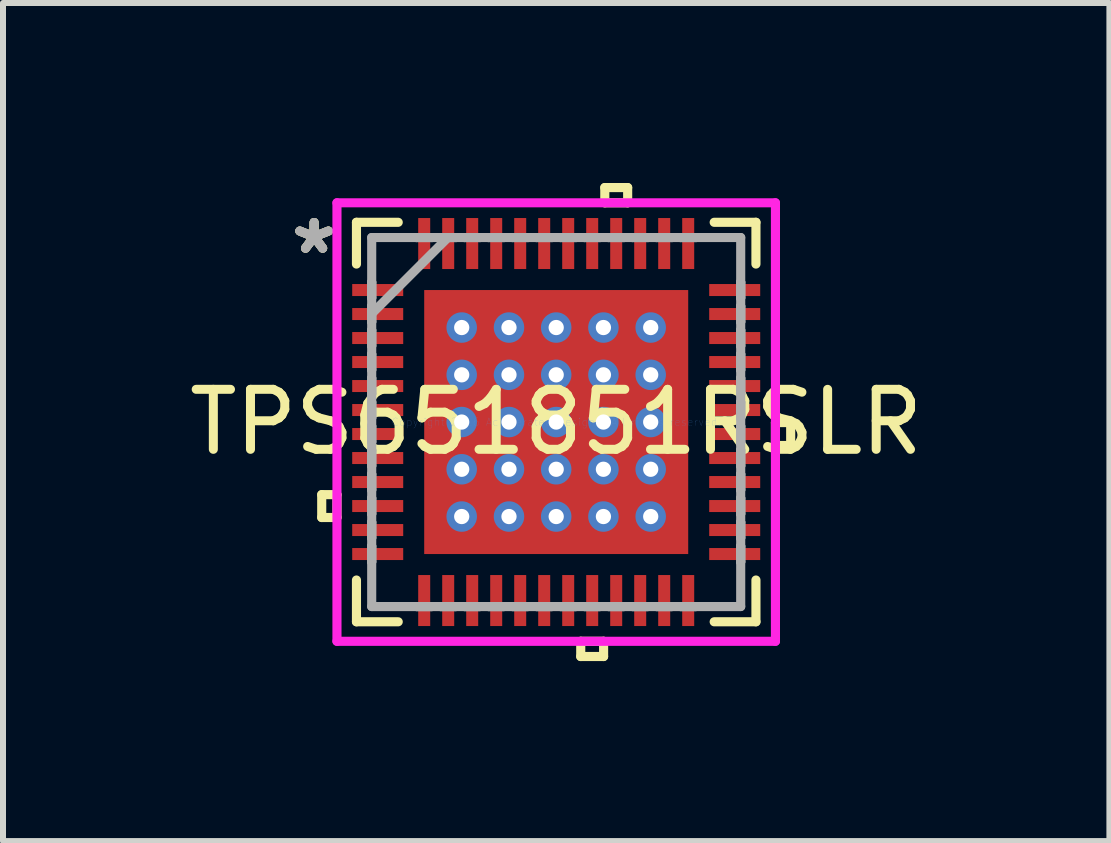
<source format=kicad_pcb>
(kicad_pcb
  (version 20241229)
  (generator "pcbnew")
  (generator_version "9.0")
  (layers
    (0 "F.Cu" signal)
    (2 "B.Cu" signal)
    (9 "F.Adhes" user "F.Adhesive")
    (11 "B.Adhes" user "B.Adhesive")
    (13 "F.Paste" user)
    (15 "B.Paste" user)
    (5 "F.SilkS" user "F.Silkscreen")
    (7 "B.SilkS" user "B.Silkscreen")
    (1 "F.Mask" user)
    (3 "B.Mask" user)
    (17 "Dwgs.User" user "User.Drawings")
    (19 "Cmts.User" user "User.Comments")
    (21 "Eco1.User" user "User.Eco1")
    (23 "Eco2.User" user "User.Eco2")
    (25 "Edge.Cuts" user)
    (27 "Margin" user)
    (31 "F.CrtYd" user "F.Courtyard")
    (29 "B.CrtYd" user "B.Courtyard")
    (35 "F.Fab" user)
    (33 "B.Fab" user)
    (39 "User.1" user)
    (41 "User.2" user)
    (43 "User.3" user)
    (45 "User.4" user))
  (footprint "TPS651851RSLR"
    (layer "F.Cu")
    (at 6.22 3.984)
    (property "Reference" "TPS651851RSLR" (at 0 0 0) (layer "F.SilkS") (effects (font (size 1 1) (thickness 0.15))))
    (attr smd)
    (fp_line (start -3.45 -2.35) (end -3.45 -2.05) (stroke (width 0.152) (type solid)) (layer "F.Mask"))
    (fp_line (start -3.45 -2.05) (end -2.5 -2.05) (stroke (width 0.152) (type solid)) (layer "F.Mask"))
    (fp_line (start -3.45 -1.95) (end -3.45 -1.65) (stroke (width 0.152) (type solid)) (layer "F.Mask"))
    (fp_line (start -3.45 -1.65) (end -2.5 -1.65) (stroke (width 0.152) (type solid)) (layer "F.Mask"))
    (fp_line (start -3.45 -1.55) (end -3.45 -1.25) (stroke (width 0.152) (type solid)) (layer "F.Mask"))
    (fp_line (start -3.45 -1.25) (end -2.5 -1.25) (stroke (width 0.152) (type solid)) (layer "F.Mask"))
    (fp_line (start -3.45 -1.15) (end -3.45 -0.85) (stroke (width 0.152) (type solid)) (layer "F.Mask"))
    (fp_line (start -3.45 -0.85) (end -2.5 -0.85) (stroke (width 0.152) (type solid)) (layer "F.Mask"))
    (fp_line (start -3.45 -0.75) (end -3.45 -0.45) (stroke (width 0.152) (type solid)) (layer "F.Mask"))
    (fp_line (start -3.45 -0.45) (end -2.5 -0.45) (stroke (width 0.152) (type solid)) (layer "F.Mask"))
    (fp_line (start -3.45 -0.35) (end -3.45 -0.05) (stroke (width 0.152) (type solid)) (layer "F.Mask"))
    (fp_line (start -3.45 -0.05) (end -2.5 -0.05) (stroke (width 0.152) (type solid)) (layer "F.Mask"))
    (fp_line (start -3.45 0.05) (end -3.45 0.35) (stroke (width 0.152) (type solid)) (layer "F.Mask"))
    (fp_line (start -3.45 0.35) (end -2.5 0.35) (stroke (width 0.152) (type solid)) (layer "F.Mask"))
    (fp_line (start -3.45 0.45) (end -3.45 0.75) (stroke (width 0.152) (type solid)) (layer "F.Mask"))
    (fp_line (start -3.45 0.75) (end -2.5 0.75) (stroke (width 0.152) (type solid)) (layer "F.Mask"))
    (fp_line (start -3.45 0.85) (end -3.45 1.15) (stroke (width 0.152) (type solid)) (layer "F.Mask"))
    (fp_line (start -3.45 1.15) (end -2.5 1.15) (stroke (width 0.152) (type solid)) (layer "F.Mask"))
    (fp_line (start -3.45 1.25) (end -3.45 1.55) (stroke (width 0.152) (type solid)) (layer "F.Mask"))
    (fp_line (start -3.45 1.55) (end -2.5 1.55) (stroke (width 0.152) (type solid)) (layer "F.Mask"))
    (fp_line (start -3.45 1.65) (end -3.45 1.95) (stroke (width 0.152) (type solid)) (layer "F.Mask"))
    (fp_line (start -3.45 1.95) (end -2.5 1.95) (stroke (width 0.152) (type solid)) (layer "F.Mask"))
    (fp_line (start -3.45 2.05) (end -3.45 2.35) (stroke (width 0.152) (type solid)) (layer "F.Mask"))
    (fp_line (start -3.45 2.35) (end -2.5 2.35) (stroke (width 0.152) (type solid)) (layer "F.Mask"))
    (fp_line (start -2.5 -2.35) (end -3.45 -2.35) (stroke (width 0.152) (type solid)) (layer "F.Mask"))
    (fp_line (start -2.5 -2.05) (end -2.5 -2.35) (stroke (width 0.152) (type solid)) (layer "F.Mask"))
    (fp_line (start -2.5 -1.95) (end -3.45 -1.95) (stroke (width 0.152) (type solid)) (layer "F.Mask"))
    (fp_line (start -2.5 -1.65) (end -2.5 -1.95) (stroke (width 0.152) (type solid)) (layer "F.Mask"))
    (fp_line (start -2.5 -1.55) (end -3.45 -1.55) (stroke (width 0.152) (type solid)) (layer "F.Mask"))
    (fp_line (start -2.5 -1.25) (end -2.5 -1.55) (stroke (width 0.152) (type solid)) (layer "F.Mask"))
    (fp_line (start -2.5 -1.15) (end -3.45 -1.15) (stroke (width 0.152) (type solid)) (layer "F.Mask"))
    (fp_line (start -2.5 -0.85) (end -2.5 -1.15) (stroke (width 0.152) (type solid)) (layer "F.Mask"))
    (fp_line (start -2.5 -0.75) (end -3.45 -0.75) (stroke (width 0.152) (type solid)) (layer "F.Mask"))
    (fp_line (start -2.5 -0.45) (end -2.5 -0.75) (stroke (width 0.152) (type solid)) (layer "F.Mask"))
    (fp_line (start -2.5 -0.35) (end -3.45 -0.35) (stroke (width 0.152) (type solid)) (layer "F.Mask"))
    (fp_line (start -2.5 -0.05) (end -2.5 -0.35) (stroke (width 0.152) (type solid)) (layer "F.Mask"))
    (fp_line (start -2.5 0.05) (end -3.45 0.05) (stroke (width 0.152) (type solid)) (layer "F.Mask"))
    (fp_line (start -2.5 0.35) (end -2.5 0.05) (stroke (width 0.152) (type solid)) (layer "F.Mask"))
    (fp_line (start -2.5 0.45) (end -3.45 0.45) (stroke (width 0.152) (type solid)) (layer "F.Mask"))
    (fp_line (start -2.5 0.75) (end -2.5 0.45) (stroke (width 0.152) (type solid)) (layer "F.Mask"))
    (fp_line (start -2.5 0.85) (end -3.45 0.85) (stroke (width 0.152) (type solid)) (layer "F.Mask"))
    (fp_line (start -2.5 1.15) (end -2.5 0.85) (stroke (width 0.152) (type solid)) (layer "F.Mask"))
    (fp_line (start -2.5 1.25) (end -3.45 1.25) (stroke (width 0.152) (type solid)) (layer "F.Mask"))
    (fp_line (start -2.5 1.55) (end -2.5 1.25) (stroke (width 0.152) (type solid)) (layer "F.Mask"))
    (fp_line (start -2.5 1.65) (end -3.45 1.65) (stroke (width 0.152) (type solid)) (layer "F.Mask"))
    (fp_line (start -2.5 1.95) (end -2.5 1.65) (stroke (width 0.152) (type solid)) (layer "F.Mask"))
    (fp_line (start -2.5 2.05) (end -3.45 2.05) (stroke (width 0.152) (type solid)) (layer "F.Mask"))
    (fp_line (start -2.5 2.35) (end -2.5 2.05) (stroke (width 0.152) (type solid)) (layer "F.Mask"))
    (fp_line (start -2.35 -3.45) (end -2.35 -2.5) (stroke (width 0.152) (type solid)) (layer "F.Mask"))
    (fp_line (start -2.35 -2.5) (end -2.05 -2.5) (stroke (width 0.152) (type solid)) (layer "F.Mask"))
    (fp_line (start -2.35 2.5) (end -2.35 3.45) (stroke (width 0.152) (type solid)) (layer "F.Mask"))
    (fp_line (start -2.35 3.45) (end -2.05 3.45) (stroke (width 0.152) (type solid)) (layer "F.Mask"))
    (fp_line (start -2.263 -2.263) (end -1.775 -2.263) (stroke (width 0.152) (type solid)) (layer "F.Mask"))
    (fp_line (start -2.263 -2.263) (end 2.263 -2.263) (stroke (width 0.152) (type solid)) (layer "F.Mask"))
    (fp_line (start -2.263 -1.775) (end -2.263 -2.263) (stroke (width 0.152) (type solid)) (layer "F.Mask"))
    (fp_line (start -2.263 -1.375) (end 2.263 -1.375) (stroke (width 0.152) (type solid)) (layer "F.Mask"))
    (fp_line (start -2.263 -0.987) (end -2.263 -1.375) (stroke (width 0.152) (type solid)) (layer "F.Mask"))
    (fp_line (start -2.263 -0.587) (end 2.263 -0.587) (stroke (width 0.152) (type solid)) (layer "F.Mask"))
    (fp_line (start -2.263 -0.2) (end -2.263 -0.587) (stroke (width 0.152) (type solid)) (layer "F.Mask"))
    (fp_line (start -2.263 0.2) (end 2.263 0.2) (stroke (width 0.152) (type solid)) (layer "F.Mask"))
    (fp_line (start -2.263 0.587) (end -2.263 0.2) (stroke (width 0.152) (type solid)) (layer "F.Mask"))
    (fp_line (start -2.263 0.987) (end 2.263 0.987) (stroke (width 0.152) (type solid)) (layer "F.Mask"))
    (fp_line (start -2.263 1.375) (end -2.263 0.987) (stroke (width 0.152) (type solid)) (layer "F.Mask"))
    (fp_line (start -2.263 1.775) (end 2.263 1.775) (stroke (width 0.152) (type solid)) (layer "F.Mask"))
    (fp_line (start -2.263 2.263) (end -2.263 -2.263) (stroke (width 0.152) (type solid)) (layer "F.Mask"))
    (fp_line (start -2.263 2.263) (end -2.263 1.775) (stroke (width 0.152) (type solid)) (layer "F.Mask"))
    (fp_line (start -2.05 -3.45) (end -2.35 -3.45) (stroke (width 0.152) (type solid)) (layer "F.Mask"))
    (fp_line (start -2.05 -2.5) (end -2.05 -3.45) (stroke (width 0.152) (type solid)) (layer "F.Mask"))
    (fp_line (start -2.05 2.5) (end -2.35 2.5) (stroke (width 0.152) (type solid)) (layer "F.Mask"))
    (fp_line (start -2.05 3.45) (end -2.05 2.5) (stroke (width 0.152) (type solid)) (layer "F.Mask"))
    (fp_line (start -1.95 -3.45) (end -1.95 -2.5) (stroke (width 0.152) (type solid)) (layer "F.Mask"))
    (fp_line (start -1.95 -2.5) (end -1.65 -2.5) (stroke (width 0.152) (type solid)) (layer "F.Mask"))
    (fp_line (start -1.95 2.5) (end -1.95 3.45) (stroke (width 0.152) (type solid)) (layer "F.Mask"))
    (fp_line (start -1.95 3.45) (end -1.65 3.45) (stroke (width 0.152) (type solid)) (layer "F.Mask"))
    (fp_line (start -1.775 -2.263) (end -1.775 2.263) (stroke (width 0.152) (type solid)) (layer "F.Mask"))
    (fp_line (start -1.775 2.263) (end -2.263 2.263) (stroke (width 0.152) (type solid)) (layer "F.Mask"))
    (fp_line (start -1.65 -3.45) (end -1.95 -3.45) (stroke (width 0.152) (type solid)) (layer "F.Mask"))
    (fp_line (start -1.65 -2.5) (end -1.65 -3.45) (stroke (width 0.152) (type solid)) (layer "F.Mask"))
    (fp_line (start -1.65 2.5) (end -1.95 2.5) (stroke (width 0.152) (type solid)) (layer "F.Mask"))
    (fp_line (start -1.65 3.45) (end -1.65 2.5) (stroke (width 0.152) (type solid)) (layer "F.Mask"))
    (fp_line (start -1.55 -3.45) (end -1.55 -2.5) (stroke (width 0.152) (type solid)) (layer "F.Mask"))
    (fp_line (start -1.55 -2.5) (end -1.25 -2.5) (stroke (width 0.152) (type solid)) (layer "F.Mask"))
    (fp_line (start -1.55 2.5) (end -1.55 3.45) (stroke (width 0.152) (type solid)) (layer "F.Mask"))
    (fp_line (start -1.55 3.45) (end -1.25 3.45) (stroke (width 0.152) (type solid)) (layer "F.Mask"))
    (fp_line (start -1.375 -2.263) (end -1.375 2.263) (stroke (width 0.152) (type solid)) (layer "F.Mask"))
    (fp_line (start -1.375 2.263) (end -0.987 2.263) (stroke (width 0.152) (type solid)) (layer "F.Mask"))
    (fp_line (start -1.25 -3.45) (end -1.55 -3.45) (stroke (width 0.152) (type solid)) (layer "F.Mask"))
    (fp_line (start -1.25 -2.5) (end -1.25 -3.45) (stroke (width 0.152) (type solid)) (layer "F.Mask"))
    (fp_line (start -1.25 2.5) (end -1.55 2.5) (stroke (width 0.152) (type solid)) (layer "F.Mask"))
    (fp_line (start -1.25 3.45) (end -1.25 2.5) (stroke (width 0.152) (type solid)) (layer "F.Mask"))
    (fp_line (start -1.15 -3.45) (end -1.15 -2.5) (stroke (width 0.152) (type solid)) (layer "F.Mask"))
    (fp_line (start -1.15 -2.5) (end -0.85 -2.5) (stroke (width 0.152) (type solid)) (layer "F.Mask"))
    (fp_line (start -1.15 2.5) (end -1.15 3.45) (stroke (width 0.152) (type solid)) (layer "F.Mask"))
    (fp_line (start -1.15 3.45) (end -0.85 3.45) (stroke (width 0.152) (type solid)) (layer "F.Mask"))
    (fp_line (start -0.987 -2.263) (end -1.375 -2.263) (stroke (width 0.152) (type solid)) (layer "F.Mask"))
    (fp_line (start -0.987 2.263) (end -0.987 -2.263) (stroke (width 0.152) (type solid)) (layer "F.Mask"))
    (fp_line (start -0.85 -3.45) (end -1.15 -3.45) (stroke (width 0.152) (type solid)) (layer "F.Mask"))
    (fp_line (start -0.85 -2.5) (end -0.85 -3.45) (stroke (width 0.152) (type solid)) (layer "F.Mask"))
    (fp_line (start -0.85 2.5) (end -1.15 2.5) (stroke (width 0.152) (type solid)) (layer "F.Mask"))
    (fp_line (start -0.85 3.45) (end -0.85 2.5) (stroke (width 0.152) (type solid)) (layer "F.Mask"))
    (fp_line (start -0.75 2.5) (end -0.75 3.45) (stroke (width 0.152) (type solid)) (layer "F.Mask"))
    (fp_line (start -0.75 3.45) (end -0.45 3.45) (stroke (width 0.152) (type solid)) (layer "F.Mask"))
    (fp_line (start -0.75 -3.45) (end -0.75 -2.5) (stroke (width 0.152) (type solid)) (layer "F.Mask"))
    (fp_line (start -0.75 -2.5) (end -0.45 -2.5) (stroke (width 0.152) (type solid)) (layer "F.Mask"))
    (fp_line (start -0.587 -2.263) (end -0.587 2.263) (stroke (width 0.152) (type solid)) (layer "F.Mask"))
    (fp_line (start -0.587 2.263) (end -0.2 2.263) (stroke (width 0.152) (type solid)) (layer "F.Mask"))
    (fp_line (start -0.45 -3.45) (end -0.75 -3.45) (stroke (width 0.152) (type solid)) (layer "F.Mask"))
    (fp_line (start -0.45 -2.5) (end -0.45 -3.45) (stroke (width 0.152) (type solid)) (layer "F.Mask"))
    (fp_line (start -0.45 2.5) (end -0.75 2.5) (stroke (width 0.152) (type solid)) (layer "F.Mask"))
    (fp_line (start -0.45 3.45) (end -0.45 2.5) (stroke (width 0.152) (type solid)) (layer "F.Mask"))
    (fp_line (start -0.35 -3.45) (end -0.35 -2.5) (stroke (width 0.152) (type solid)) (layer "F.Mask"))
    (fp_line (start -0.35 -2.5) (end -0.05 -2.5) (stroke (width 0.152) (type solid)) (layer "F.Mask"))
    (fp_line (start -0.35 2.5) (end -0.35 3.45) (stroke (width 0.152) (type solid)) (layer "F.Mask"))
    (fp_line (start -0.35 3.45) (end -0.05 3.45) (stroke (width 0.152) (type solid)) (layer "F.Mask"))
    (fp_line (start -0.2 -2.263) (end -0.587 -2.263) (stroke (width 0.152) (type solid)) (layer "F.Mask"))
    (fp_line (start -0.2 2.263) (end -0.2 -2.263) (stroke (width 0.152) (type solid)) (layer "F.Mask"))
    (fp_line (start -0.05 -3.45) (end -0.35 -3.45) (stroke (width 0.152) (type solid)) (layer "F.Mask"))
    (fp_line (start -0.05 -2.5) (end -0.05 -3.45) (stroke (width 0.152) (type solid)) (layer "F.Mask"))
    (fp_line (start -0.05 2.5) (end -0.35 2.5) (stroke (width 0.152) (type solid)) (layer "F.Mask"))
    (fp_line (start -0.05 3.45) (end -0.05 2.5) (stroke (width 0.152) (type solid)) (layer "F.Mask"))
    (fp_line (start 0.05 -3.45) (end 0.05 -2.5) (stroke (width 0.152) (type solid)) (layer "F.Mask"))
    (fp_line (start 0.05 -2.5) (end 0.35 -2.5) (stroke (width 0.152) (type solid)) (layer "F.Mask"))
    (fp_line (start 0.05 2.5) (end 0.05 3.45) (stroke (width 0.152) (type solid)) (layer "F.Mask"))
    (fp_line (start 0.05 3.45) (end 0.35 3.45) (stroke (width 0.152) (type solid)) (layer "F.Mask"))
    (fp_line (start 0.2 -2.263) (end 0.2 2.263) (stroke (width 0.152) (type solid)) (layer "F.Mask"))
    (fp_line (start 0.2 2.263) (end 0.587 2.263) (stroke (width 0.152) (type solid)) (layer "F.Mask"))
    (fp_line (start 0.35 -3.45) (end 0.05 -3.45) (stroke (width 0.152) (type solid)) (layer "F.Mask"))
    (fp_line (start 0.35 -2.5) (end 0.35 -3.45) (stroke (width 0.152) (type solid)) (layer "F.Mask"))
    (fp_line (start 0.35 2.5) (end 0.05 2.5) (stroke (width 0.152) (type solid)) (layer "F.Mask"))
    (fp_line (start 0.35 3.45) (end 0.35 2.5) (stroke (width 0.152) (type solid)) (layer "F.Mask"))
    (fp_line (start 0.45 -3.45) (end 0.45 -2.5) (stroke (width 0.152) (type solid)) (layer "F.Mask"))
    (fp_line (start 0.45 -2.5) (end 0.75 -2.5) (stroke (width 0.152) (type solid)) (layer "F.Mask"))
    (fp_line (start 0.45 2.5) (end 0.45 3.45) (stroke (width 0.152) (type solid)) (layer "F.Mask"))
    (fp_line (start 0.45 3.45) (end 0.75 3.45) (stroke (width 0.152) (type solid)) (layer "F.Mask"))
    (fp_line (start 0.587 -2.263) (end 0.2 -2.263) (stroke (width 0.152) (type solid)) (layer "F.Mask"))
    (fp_line (start 0.587 2.263) (end 0.587 -2.263) (stroke (width 0.152) (type solid)) (layer "F.Mask"))
    (fp_line (start 0.75 2.5) (end 0.45 2.5) (stroke (width 0.152) (type solid)) (layer "F.Mask"))
    (fp_line (start 0.75 3.45) (end 0.75 2.5) (stroke (width 0.152) (type solid)) (layer "F.Mask"))
    (fp_line (start 0.75 -3.45) (end 0.45 -3.45) (stroke (width 0.152) (type solid)) (layer "F.Mask"))
    (fp_line (start 0.75 -2.5) (end 0.75 -3.45) (stroke (width 0.152) (type solid)) (layer "F.Mask"))
    (fp_line (start 0.85 -3.45) (end 0.85 -2.5) (stroke (width 0.152) (type solid)) (layer "F.Mask"))
    (fp_line (start 0.85 -2.5) (end 1.15 -2.5) (stroke (width 0.152) (type solid)) (layer "F.Mask"))
    (fp_line (start 0.85 2.5) (end 0.85 3.45) (stroke (width 0.152) (type solid)) (layer "F.Mask"))
    (fp_line (start 0.85 3.45) (end 1.15 3.45) (stroke (width 0.152) (type solid)) (layer "F.Mask"))
    (fp_line (start 0.987 -2.263) (end 0.987 2.263) (stroke (width 0.152) (type solid)) (layer "F.Mask"))
    (fp_line (start 0.987 2.263) (end 1.375 2.263) (stroke (width 0.152) (type solid)) (layer "F.Mask"))
    (fp_line (start 1.15 -3.45) (end 0.85 -3.45) (stroke (width 0.152) (type solid)) (layer "F.Mask"))
    (fp_line (start 1.15 -2.5) (end 1.15 -3.45) (stroke (width 0.152) (type solid)) (layer "F.Mask"))
    (fp_line (start 1.15 2.5) (end 0.85 2.5) (stroke (width 0.152) (type solid)) (layer "F.Mask"))
    (fp_line (start 1.15 3.45) (end 1.15 2.5) (stroke (width 0.152) (type solid)) (layer "F.Mask"))
    (fp_line (start 1.25 -3.45) (end 1.25 -2.5) (stroke (width 0.152) (type solid)) (layer "F.Mask"))
    (fp_line (start 1.25 -2.5) (end 1.55 -2.5) (stroke (width 0.152) (type solid)) (layer "F.Mask"))
    (fp_line (start 1.25 2.5) (end 1.25 3.45) (stroke (width 0.152) (type solid)) (layer "F.Mask"))
    (fp_line (start 1.25 3.45) (end 1.55 3.45) (stroke (width 0.152) (type solid)) (layer "F.Mask"))
    (fp_line (start 1.375 -2.263) (end 0.987 -2.263) (stroke (width 0.152) (type solid)) (layer "F.Mask"))
    (fp_line (start 1.375 2.263) (end 1.375 -2.263) (stroke (width 0.152) (type solid)) (layer "F.Mask"))
    (fp_line (start 1.55 -3.45) (end 1.25 -3.45) (stroke (width 0.152) (type solid)) (layer "F.Mask"))
    (fp_line (start 1.55 -2.5) (end 1.55 -3.45) (stroke (width 0.152) (type solid)) (layer "F.Mask"))
    (fp_line (start 1.55 2.5) (end 1.25 2.5) (stroke (width 0.152) (type solid)) (layer "F.Mask"))
    (fp_line (start 1.55 3.45) (end 1.55 2.5) (stroke (width 0.152) (type solid)) (layer "F.Mask"))
    (fp_line (start 1.65 -3.45) (end 1.65 -2.5) (stroke (width 0.152) (type solid)) (layer "F.Mask"))
    (fp_line (start 1.65 -2.5) (end 1.95 -2.5) (stroke (width 0.152) (type solid)) (layer "F.Mask"))
    (fp_line (start 1.65 2.5) (end 1.65 3.45) (stroke (width 0.152) (type solid)) (layer "F.Mask"))
    (fp_line (start 1.65 3.45) (end 1.95 3.45) (stroke (width 0.152) (type solid)) (layer "F.Mask"))
    (fp_line (start 1.775 -2.263) (end 2.263 -2.263) (stroke (width 0.152) (type solid)) (layer "F.Mask"))
    (fp_line (start 1.775 2.263) (end 1.775 -2.263) (stroke (width 0.152) (type solid)) (layer "F.Mask"))
    (fp_line (start 1.95 -3.45) (end 1.65 -3.45) (stroke (width 0.152) (type solid)) (layer "F.Mask"))
    (fp_line (start 1.95 -2.5) (end 1.95 -3.45) (stroke (width 0.152) (type solid)) (layer "F.Mask"))
    (fp_line (start 1.95 2.5) (end 1.65 2.5) (stroke (width 0.152) (type solid)) (layer "F.Mask"))
    (fp_line (start 1.95 3.45) (end 1.95 2.5) (stroke (width 0.152) (type solid)) (layer "F.Mask"))
    (fp_line (start 2.05 -3.45) (end 2.05 -2.5) (stroke (width 0.152) (type solid)) (layer "F.Mask"))
    (fp_line (start 2.05 -2.5) (end 2.35 -2.5) (stroke (width 0.152) (type solid)) (layer "F.Mask"))
    (fp_line (start 2.05 2.5) (end 2.05 3.45) (stroke (width 0.152) (type solid)) (layer "F.Mask"))
    (fp_line (start 2.05 3.45) (end 2.35 3.45) (stroke (width 0.152) (type solid)) (layer "F.Mask"))
    (fp_line (start 2.263 -2.263) (end 2.263 -1.775) (stroke (width 0.152) (type solid)) (layer "F.Mask"))
    (fp_line (start 2.263 -2.263) (end 2.263 2.263) (stroke (width 0.152) (type solid)) (layer "F.Mask"))
    (fp_line (start 2.263 -1.775) (end -2.263 -1.775) (stroke (width 0.152) (type solid)) (layer "F.Mask"))
    (fp_line (start 2.263 -1.375) (end 2.263 -0.987) (stroke (width 0.152) (type solid)) (layer "F.Mask"))
    (fp_line (start 2.263 -0.987) (end -2.263 -0.987) (stroke (width 0.152) (type solid)) (layer "F.Mask"))
    (fp_line (start 2.263 -0.587) (end 2.263 -0.2) (stroke (width 0.152) (type solid)) (layer "F.Mask"))
    (fp_line (start 2.263 -0.2) (end -2.263 -0.2) (stroke (width 0.152) (type solid)) (layer "F.Mask"))
    (fp_line (start 2.263 0.2) (end 2.263 0.587) (stroke (width 0.152) (type solid)) (layer "F.Mask"))
    (fp_line (start 2.263 0.587) (end -2.263 0.587) (stroke (width 0.152) (type solid)) (layer "F.Mask"))
    (fp_line (start 2.263 0.987) (end 2.263 1.375) (stroke (width 0.152) (type solid)) (layer "F.Mask"))
    (fp_line (start 2.263 1.375) (end -2.263 1.375) (stroke (width 0.152) (type solid)) (layer "F.Mask"))
    (fp_line (start 2.263 1.775) (end 2.263 2.263) (stroke (width 0.152) (type solid)) (layer "F.Mask"))
    (fp_line (start 2.263 2.263) (end -2.263 2.263) (stroke (width 0.152) (type solid)) (layer "F.Mask"))
    (fp_line (start 2.263 2.263) (end 1.775 2.263) (stroke (width 0.152) (type solid)) (layer "F.Mask"))
    (fp_line (start 2.35 -3.45) (end 2.05 -3.45) (stroke (width 0.152) (type solid)) (layer "F.Mask"))
    (fp_line (start 2.35 -2.5) (end 2.35 -3.45) (stroke (width 0.152) (type solid)) (layer "F.Mask"))
    (fp_line (start 2.35 2.5) (end 2.05 2.5) (stroke (width 0.152) (type solid)) (layer "F.Mask"))
    (fp_line (start 2.35 3.45) (end 2.35 2.5) (stroke (width 0.152) (type solid)) (layer "F.Mask"))
    (fp_line (start 2.5 -2.35) (end 2.5 -2.05) (stroke (width 0.152) (type solid)) (layer "F.Mask"))
    (fp_line (start 2.5 -2.05) (end 3.45 -2.05) (stroke (width 0.152) (type solid)) (layer "F.Mask"))
    (fp_line (start 2.5 -1.95) (end 2.5 -1.65) (stroke (width 0.152) (type solid)) (layer "F.Mask"))
    (fp_line (start 2.5 -1.65) (end 3.45 -1.65) (stroke (width 0.152) (type solid)) (layer "F.Mask"))
    (fp_line (start 2.5 -1.55) (end 2.5 -1.25) (stroke (width 0.152) (type solid)) (layer "F.Mask"))
    (fp_line (start 2.5 -1.25) (end 3.45 -1.25) (stroke (width 0.152) (type solid)) (layer "F.Mask"))
    (fp_line (start 2.5 -1.15) (end 2.5 -0.85) (stroke (width 0.152) (type solid)) (layer "F.Mask"))
    (fp_line (start 2.5 -0.85) (end 3.45 -0.85) (stroke (width 0.152) (type solid)) (layer "F.Mask"))
    (fp_line (start 2.5 -0.75) (end 2.5 -0.45) (stroke (width 0.152) (type solid)) (layer "F.Mask"))
    (fp_line (start 2.5 -0.45) (end 3.45 -0.45) (stroke (width 0.152) (type solid)) (layer "F.Mask"))
    (fp_line (start 2.5 -0.35) (end 2.5 -0.05) (stroke (width 0.152) (type solid)) (layer "F.Mask"))
    (fp_line (start 2.5 -0.05) (end 3.45 -0.05) (stroke (width 0.152) (type solid)) (layer "F.Mask"))
    (fp_line (start 2.5 0.05) (end 2.5 0.35) (stroke (width 0.152) (type solid)) (layer "F.Mask"))
    (fp_line (start 2.5 0.35) (end 3.45 0.35) (stroke (width 0.152) (type solid)) (layer "F.Mask"))
    (fp_line (start 2.5 0.45) (end 2.5 0.75) (stroke (width 0.152) (type solid)) (layer "F.Mask"))
    (fp_line (start 2.5 0.75) (end 3.45 0.75) (stroke (width 0.152) (type solid)) (layer "F.Mask"))
    (fp_line (start 2.5 0.85) (end 2.5 1.15) (stroke (width 0.152) (type solid)) (layer "F.Mask"))
    (fp_line (start 2.5 1.15) (end 3.45 1.15) (stroke (width 0.152) (type solid)) (layer "F.Mask"))
    (fp_line (start 2.5 1.25) (end 2.5 1.55) (stroke (width 0.152) (type solid)) (layer "F.Mask"))
    (fp_line (start 2.5 1.55) (end 3.45 1.55) (stroke (width 0.152) (type solid)) (layer "F.Mask"))
    (fp_line (start 2.5 1.65) (end 2.5 1.95) (stroke (width 0.152) (type solid)) (layer "F.Mask"))
    (fp_line (start 2.5 1.95) (end 3.45 1.95) (stroke (width 0.152) (type solid)) (layer "F.Mask"))
    (fp_line (start 2.5 2.05) (end 2.5 2.35) (stroke (width 0.152) (type solid)) (layer "F.Mask"))
    (fp_line (start 2.5 2.35) (end 3.45 2.35) (stroke (width 0.152) (type solid)) (layer "F.Mask"))
    (fp_line (start 3.45 -2.35) (end 2.5 -2.35) (stroke (width 0.152) (type solid)) (layer "F.Mask"))
    (fp_line (start 3.45 -2.05) (end 3.45 -2.35) (stroke (width 0.152) (type solid)) (layer "F.Mask"))
    (fp_line (start 3.45 -1.95) (end 2.5 -1.95) (stroke (width 0.152) (type solid)) (layer "F.Mask"))
    (fp_line (start 3.45 -1.65) (end 3.45 -1.95) (stroke (width 0.152) (type solid)) (layer "F.Mask"))
    (fp_line (start 3.45 -1.55) (end 2.5 -1.55) (stroke (width 0.152) (type solid)) (layer "F.Mask"))
    (fp_line (start 3.45 -1.25) (end 3.45 -1.55) (stroke (width 0.152) (type solid)) (layer "F.Mask"))
    (fp_line (start 3.45 -1.15) (end 2.5 -1.15) (stroke (width 0.152) (type solid)) (layer "F.Mask"))
    (fp_line (start 3.45 -0.85) (end 3.45 -1.15) (stroke (width 0.152) (type solid)) (layer "F.Mask"))
    (fp_line (start 3.45 -0.75) (end 2.5 -0.75) (stroke (width 0.152) (type solid)) (layer "F.Mask"))
    (fp_line (start 3.45 -0.45) (end 3.45 -0.75) (stroke (width 0.152) (type solid)) (layer "F.Mask"))
    (fp_line (start 3.45 -0.35) (end 2.5 -0.35) (stroke (width 0.152) (type solid)) (layer "F.Mask"))
    (fp_line (start 3.45 -0.05) (end 3.45 -0.35) (stroke (width 0.152) (type solid)) (layer "F.Mask"))
    (fp_line (start 3.45 0.05) (end 2.5 0.05) (stroke (width 0.152) (type solid)) (layer "F.Mask"))
    (fp_line (start 3.45 0.35) (end 3.45 0.05) (stroke (width 0.152) (type solid)) (layer "F.Mask"))
    (fp_line (start 3.45 0.45) (end 2.5 0.45) (stroke (width 0.152) (type solid)) (layer "F.Mask"))
    (fp_line (start 3.45 0.75) (end 3.45 0.45) (stroke (width 0.152) (type solid)) (layer "F.Mask"))
    (fp_line (start 3.45 0.85) (end 2.5 0.85) (stroke (width 0.152) (type solid)) (layer "F.Mask"))
    (fp_line (start 3.45 1.15) (end 3.45 0.85) (stroke (width 0.152) (type solid)) (layer "F.Mask"))
    (fp_line (start 3.45 1.25) (end 2.5 1.25) (stroke (width 0.152) (type solid)) (layer "F.Mask"))
    (fp_line (start 3.45 1.55) (end 3.45 1.25) (stroke (width 0.152) (type solid)) (layer "F.Mask"))
    (fp_line (start 3.45 1.65) (end 2.5 1.65) (stroke (width 0.152) (type solid)) (layer "F.Mask"))
    (fp_line (start 3.45 1.95) (end 3.45 1.65) (stroke (width 0.152) (type solid)) (layer "F.Mask"))
    (fp_line (start 3.45 2.05) (end 2.5 2.05) (stroke (width 0.152) (type solid)) (layer "F.Mask"))
    (fp_line (start 3.45 2.35) (end 3.45 2.05) (stroke (width 0.152) (type solid)) (layer "F.Mask"))
    (fp_line (start -3.908 1.21) (end -3.908 1.591) (stroke (width 0.152) (type solid)) (layer "F.SilkS"))
    (fp_line (start -3.908 1.591) (end -3.654 1.591) (stroke (width 0.152) (type solid)) (layer "F.SilkS"))
    (fp_line (start -3.654 1.21) (end -3.908 1.21) (stroke (width 0.152) (type solid)) (layer "F.SilkS"))
    (fp_line (start -3.654 1.591) (end -3.654 1.21) (stroke (width 0.152) (type solid)) (layer "F.SilkS"))
    (fp_line (start -3.329 -3.329) (end -3.329 -2.633) (stroke (width 0.152) (type solid)) (layer "F.SilkS"))
    (fp_line (start -3.329 2.633) (end -3.329 3.329) (stroke (width 0.152) (type solid)) (layer "F.SilkS"))
    (fp_line (start -3.329 3.329) (end -2.633 3.329) (stroke (width 0.152) (type solid)) (layer "F.SilkS"))
    (fp_line (start -2.633 -3.329) (end -3.329 -3.329) (stroke (width 0.152) (type solid)) (layer "F.SilkS"))
    (fp_line (start 0.409 3.654) (end 0.409 3.908) (stroke (width 0.152) (type solid)) (layer "F.SilkS"))
    (fp_line (start 0.409 3.908) (end 0.79 3.908) (stroke (width 0.152) (type solid)) (layer "F.SilkS"))
    (fp_line (start 0.79 3.654) (end 0.409 3.654) (stroke (width 0.152) (type solid)) (layer "F.SilkS"))
    (fp_line (start 0.79 3.908) (end 0.79 3.654) (stroke (width 0.152) (type solid)) (layer "F.SilkS"))
    (fp_line (start 0.81 -3.908) (end 1.191 -3.908) (stroke (width 0.152) (type solid)) (layer "F.SilkS"))
    (fp_line (start 0.81 -3.654) (end 0.81 -3.908) (stroke (width 0.152) (type solid)) (layer "F.SilkS"))
    (fp_line (start 1.191 -3.908) (end 1.191 -3.654) (stroke (width 0.152) (type solid)) (layer "F.SilkS"))
    (fp_line (start 1.191 -3.654) (end 0.81 -3.654) (stroke (width 0.152) (type solid)) (layer "F.SilkS"))
    (fp_line (start 2.633 3.329) (end 3.329 3.329) (stroke (width 0.152) (type solid)) (layer "F.SilkS"))
    (fp_line (start 3.329 -3.329) (end 2.633 -3.329) (stroke (width 0.152) (type solid)) (layer "F.SilkS"))
    (fp_line (start 3.329 -2.633) (end 3.329 -3.329) (stroke (width 0.152) (type solid)) (layer "F.SilkS"))
    (fp_line (start 3.329 3.329) (end 3.329 2.633) (stroke (width 0.152) (type solid)) (layer "F.SilkS"))
    (fp_line (start 3.654 0.009) (end 3.908 0.009) (stroke (width 0.152) (type solid)) (layer "F.SilkS"))
    (fp_line (start 3.654 0.391) (end 3.654 0.009) (stroke (width 0.152) (type solid)) (layer "F.SilkS"))
    (fp_line (start 3.908 0.009) (end 3.908 0.391) (stroke (width 0.152) (type solid)) (layer "F.SilkS"))
    (fp_line (start 3.908 0.391) (end 3.654 0.391) (stroke (width 0.152) (type solid)) (layer "F.SilkS"))
    (fp_line (start -3.375 -2.275) (end -3.375 -2.125) (stroke (width 0.152) (type solid)) (layer "F.Paste"))
    (fp_line (start -3.375 -2.125) (end -2.575 -2.125) (stroke (width 0.152) (type solid)) (layer "F.Paste"))
    (fp_line (start -3.375 -1.875) (end -3.375 -1.725) (stroke (width 0.152) (type solid)) (layer "F.Paste"))
    (fp_line (start -3.375 -1.725) (end -2.575 -1.725) (stroke (width 0.152) (type solid)) (layer "F.Paste"))
    (fp_line (start -3.375 -1.475) (end -3.375 -1.325) (stroke (width 0.152) (type solid)) (layer "F.Paste"))
    (fp_line (start -3.375 -1.325) (end -2.575 -1.325) (stroke (width 0.152) (type solid)) (layer "F.Paste"))
    (fp_line (start -3.375 -1.075) (end -3.375 -0.925) (stroke (width 0.152) (type solid)) (layer "F.Paste"))
    (fp_line (start -3.375 -0.925) (end -2.575 -0.925) (stroke (width 0.152) (type solid)) (layer "F.Paste"))
    (fp_line (start -3.375 -0.675) (end -3.375 -0.525) (stroke (width 0.152) (type solid)) (layer "F.Paste"))
    (fp_line (start -3.375 -0.525) (end -2.575 -0.525) (stroke (width 0.152) (type solid)) (layer "F.Paste"))
    (fp_line (start -3.375 -0.275) (end -3.375 -0.125) (stroke (width 0.152) (type solid)) (layer "F.Paste"))
    (fp_line (start -3.375 -0.125) (end -2.575 -0.125) (stroke (width 0.152) (type solid)) (layer "F.Paste"))
    (fp_line (start -3.375 0.125) (end -3.375 0.275) (stroke (width 0.152) (type solid)) (layer "F.Paste"))
    (fp_line (start -3.375 0.275) (end -2.575 0.275) (stroke (width 0.152) (type solid)) (layer "F.Paste"))
    (fp_line (start -3.375 0.525) (end -3.375 0.675) (stroke (width 0.152) (type solid)) (layer "F.Paste"))
    (fp_line (start -3.375 0.675) (end -2.575 0.675) (stroke (width 0.152) (type solid)) (layer "F.Paste"))
    (fp_line (start -3.375 0.925) (end -3.375 1.075) (stroke (width 0.152) (type solid)) (layer "F.Paste"))
    (fp_line (start -3.375 1.075) (end -2.575 1.075) (stroke (width 0.152) (type solid)) (layer "F.Paste"))
    (fp_line (start -3.375 1.325) (end -3.375 1.475) (stroke (width 0.152) (type solid)) (layer "F.Paste"))
    (fp_line (start -3.375 1.475) (end -2.575 1.475) (stroke (width 0.152) (type solid)) (layer "F.Paste"))
    (fp_line (start -3.375 1.725) (end -3.375 1.875) (stroke (width 0.152) (type solid)) (layer "F.Paste"))
    (fp_line (start -3.375 1.875) (end -2.575 1.875) (stroke (width 0.152) (type solid)) (layer "F.Paste"))
    (fp_line (start -3.375 2.125) (end -3.375 2.275) (stroke (width 0.152) (type solid)) (layer "F.Paste"))
    (fp_line (start -3.375 2.275) (end -2.575 2.275) (stroke (width 0.152) (type solid)) (layer "F.Paste"))
    (fp_line (start -2.575 -2.275) (end -3.375 -2.275) (stroke (width 0.152) (type solid)) (layer "F.Paste"))
    (fp_line (start -2.575 -2.125) (end -2.575 -2.275) (stroke (width 0.152) (type solid)) (layer "F.Paste"))
    (fp_line (start -2.575 -1.875) (end -3.375 -1.875) (stroke (width 0.152) (type solid)) (layer "F.Paste"))
    (fp_line (start -2.575 -1.725) (end -2.575 -1.875) (stroke (width 0.152) (type solid)) (layer "F.Paste"))
    (fp_line (start -2.575 -1.475) (end -3.375 -1.475) (stroke (width 0.152) (type solid)) (layer "F.Paste"))
    (fp_line (start -2.575 -1.325) (end -2.575 -1.475) (stroke (width 0.152) (type solid)) (layer "F.Paste"))
    (fp_line (start -2.575 -1.075) (end -3.375 -1.075) (stroke (width 0.152) (type solid)) (layer "F.Paste"))
    (fp_line (start -2.575 -0.925) (end -2.575 -1.075) (stroke (width 0.152) (type solid)) (layer "F.Paste"))
    (fp_line (start -2.575 -0.675) (end -3.375 -0.675) (stroke (width 0.152) (type solid)) (layer "F.Paste"))
    (fp_line (start -2.575 -0.525) (end -2.575 -0.675) (stroke (width 0.152) (type solid)) (layer "F.Paste"))
    (fp_line (start -2.575 -0.275) (end -3.375 -0.275) (stroke (width 0.152) (type solid)) (layer "F.Paste"))
    (fp_line (start -2.575 -0.125) (end -2.575 -0.275) (stroke (width 0.152) (type solid)) (layer "F.Paste"))
    (fp_line (start -2.575 0.125) (end -3.375 0.125) (stroke (width 0.152) (type solid)) (layer "F.Paste"))
    (fp_line (start -2.575 0.275) (end -2.575 0.125) (stroke (width 0.152) (type solid)) (layer "F.Paste"))
    (fp_line (start -2.575 0.525) (end -3.375 0.525) (stroke (width 0.152) (type solid)) (layer "F.Paste"))
    (fp_line (start -2.575 0.675) (end -2.575 0.525) (stroke (width 0.152) (type solid)) (layer "F.Paste"))
    (fp_line (start -2.575 0.925) (end -3.375 0.925) (stroke (width 0.152) (type solid)) (layer "F.Paste"))
    (fp_line (start -2.575 1.075) (end -2.575 0.925) (stroke (width 0.152) (type solid)) (layer "F.Paste"))
    (fp_line (start -2.575 1.325) (end -3.375 1.325) (stroke (width 0.152) (type solid)) (layer "F.Paste"))
    (fp_line (start -2.575 1.475) (end -2.575 1.325) (stroke (width 0.152) (type solid)) (layer "F.Paste"))
    (fp_line (start -2.575 1.725) (end -3.375 1.725) (stroke (width 0.152) (type solid)) (layer "F.Paste"))
    (fp_line (start -2.575 1.875) (end -2.575 1.725) (stroke (width 0.152) (type solid)) (layer "F.Paste"))
    (fp_line (start -2.575 2.125) (end -3.375 2.125) (stroke (width 0.152) (type solid)) (layer "F.Paste"))
    (fp_line (start -2.575 2.275) (end -2.575 2.125) (stroke (width 0.152) (type solid)) (layer "F.Paste"))
    (fp_line (start -2.275 -3.375) (end -2.275 -2.575) (stroke (width 0.152) (type solid)) (layer "F.Paste"))
    (fp_line (start -2.275 -2.575) (end -2.125 -2.575) (stroke (width 0.152) (type solid)) (layer "F.Paste"))
    (fp_line (start -2.275 2.575) (end -2.275 3.375) (stroke (width 0.152) (type solid)) (layer "F.Paste"))
    (fp_line (start -2.275 3.375) (end -2.125 3.375) (stroke (width 0.152) (type solid)) (layer "F.Paste"))
    (fp_line (start -2.125 -2.125) (end -2.125 -1.675) (stroke (width 0.152) (type solid)) (layer "F.Paste"))
    (fp_line (start -2.125 -1.675) (end -1.816 -1.675) (stroke (width 0.152) (type solid)) (layer "F.Paste"))
    (fp_line (start -2.125 -1.475) (end -2.125 -0.887) (stroke (width 0.152) (type solid)) (layer "F.Paste"))
    (fp_line (start -2.125 -0.887) (end -1.816 -0.887) (stroke (width 0.152) (type solid)) (layer "F.Paste"))
    (fp_line (start -2.125 -0.687) (end -2.125 -0.1) (stroke (width 0.152) (type solid)) (layer "F.Paste"))
    (fp_line (start -2.125 -0.1) (end -1.816 -0.1) (stroke (width 0.152) (type solid)) (layer "F.Paste"))
    (fp_line (start -2.125 0.1) (end -2.125 0.687) (stroke (width 0.152) (type solid)) (layer "F.Paste"))
    (fp_line (start -2.125 0.687) (end -1.816 0.687) (stroke (width 0.152) (type solid)) (layer "F.Paste"))
    (fp_line (start -2.125 0.887) (end -2.125 1.475) (stroke (width 0.152) (type solid)) (layer "F.Paste"))
    (fp_line (start -2.125 1.475) (end -1.816 1.475) (stroke (width 0.152) (type solid)) (layer "F.Paste"))
    (fp_line (start -2.125 1.675) (end -2.125 2.125) (stroke (width 0.152) (type solid)) (layer "F.Paste"))
    (fp_line (start -2.125 2.125) (end -1.675 2.125) (stroke (width 0.152) (type solid)) (layer "F.Paste"))
    (fp_line (start -2.125 -3.375) (end -2.275 -3.375) (stroke (width 0.152) (type solid)) (layer "F.Paste"))
    (fp_line (start -2.125 -2.575) (end -2.125 -3.375) (stroke (width 0.152) (type solid)) (layer "F.Paste"))
    (fp_line (start -2.125 2.575) (end -2.275 2.575) (stroke (width 0.152) (type solid)) (layer "F.Paste"))
    (fp_line (start -2.125 3.375) (end -2.125 2.575) (stroke (width 0.152) (type solid)) (layer "F.Paste"))
    (fp_line (start -1.875 -3.375) (end -1.875 -2.575) (stroke (width 0.152) (type solid)) (layer "F.Paste"))
    (fp_line (start -1.875 -2.575) (end -1.725 -2.575) (stroke (width 0.152) (type solid)) (layer "F.Paste"))
    (fp_line (start -1.875 2.575) (end -1.875 3.375) (stroke (width 0.152) (type solid)) (layer "F.Paste"))
    (fp_line (start -1.875 3.375) (end -1.725 3.375) (stroke (width 0.152) (type solid)) (layer "F.Paste"))
    (fp_line (start -1.816 -1.675) (end -1.816 -1.675) (stroke (width 0.152) (type solid)) (layer "F.Paste"))
    (fp_line (start -1.816 -1.675) (end -1.675 -1.816) (stroke (width 0.152) (type solid)) (layer "F.Paste"))
    (fp_line (start -1.816 -1.475) (end -2.125 -1.475) (stroke (width 0.152) (type solid)) (layer "F.Paste"))
    (fp_line (start -1.816 -1.475) (end -1.816 -1.475) (stroke (width 0.152) (type solid)) (layer "F.Paste"))
    (fp_line (start -1.816 -0.887) (end -1.816 -0.887) (stroke (width 0.152) (type solid)) (layer "F.Paste"))
    (fp_line (start -1.816 -0.887) (end -1.675 -1.029) (stroke (width 0.152) (type solid)) (layer "F.Paste"))
    (fp_line (start -1.816 -0.687) (end -2.125 -0.687) (stroke (width 0.152) (type solid)) (layer "F.Paste"))
    (fp_line (start -1.816 -0.687) (end -1.816 -0.687) (stroke (width 0.152) (type solid)) (layer "F.Paste"))
    (fp_line (start -1.816 -0.1) (end -1.816 -0.1) (stroke (width 0.152) (type solid)) (layer "F.Paste"))
    (fp_line (start -1.816 -0.1) (end -1.675 -0.241) (stroke (width 0.152) (type solid)) (layer "F.Paste"))
    (fp_line (start -1.816 0.1) (end -2.125 0.1) (stroke (width 0.152) (type solid)) (layer "F.Paste"))
    (fp_line (start -1.816 0.1) (end -1.816 0.1) (stroke (width 0.152) (type solid)) (layer "F.Paste"))
    (fp_line (start -1.816 0.687) (end -1.816 0.687) (stroke (width 0.152) (type solid)) (layer "F.Paste"))
    (fp_line (start -1.816 0.687) (end -1.675 0.546) (stroke (width 0.152) (type solid)) (layer "F.Paste"))
    (fp_line (start -1.816 0.887) (end -2.125 0.887) (stroke (width 0.152) (type solid)) (layer "F.Paste"))
    (fp_line (start -1.816 0.887) (end -1.816 0.887) (stroke (width 0.152) (type solid)) (layer "F.Paste"))
    (fp_line (start -1.816 1.475) (end -1.816 1.475) (stroke (width 0.152) (type solid)) (layer "F.Paste"))
    (fp_line (start -1.816 1.475) (end -1.675 1.333) (stroke (width 0.152) (type solid)) (layer "F.Paste"))
    (fp_line (start -1.816 1.675) (end -2.125 1.675) (stroke (width 0.152) (type solid)) (layer "F.Paste"))
    (fp_line (start -1.816 1.675) (end -1.816 1.675) (stroke (width 0.152) (type solid)) (layer "F.Paste"))
    (fp_line (start -1.725 -3.375) (end -1.875 -3.375) (stroke (width 0.152) (type solid)) (layer "F.Paste"))
    (fp_line (start -1.725 -2.575) (end -1.725 -3.375) (stroke (width 0.152) (type solid)) (layer "F.Paste"))
    (fp_line (start -1.725 2.575) (end -1.875 2.575) (stroke (width 0.152) (type solid)) (layer "F.Paste"))
    (fp_line (start -1.725 3.375) (end -1.725 2.575) (stroke (width 0.152) (type solid)) (layer "F.Paste"))
    (fp_line (start -1.675 -2.125) (end -2.125 -2.125) (stroke (width 0.152) (type solid)) (layer "F.Paste"))
    (fp_line (start -1.675 -1.816) (end -1.675 -2.125) (stroke (width 0.152) (type solid)) (layer "F.Paste"))
    (fp_line (start -1.675 -1.816) (end -1.675 -1.816) (stroke (width 0.152) (type solid)) (layer "F.Paste"))
    (fp_line (start -1.675 -1.333) (end -1.816 -1.475) (stroke (width 0.152) (type solid)) (layer "F.Paste"))
    (fp_line (start -1.675 -1.333) (end -1.675 -1.333) (stroke (width 0.152) (type solid)) (layer "F.Paste"))
    (fp_line (start -1.675 -1.029) (end -1.675 -1.333) (stroke (width 0.152) (type solid)) (layer "F.Paste"))
    (fp_line (start -1.675 -1.029) (end -1.675 -1.029) (stroke (width 0.152) (type solid)) (layer "F.Paste"))
    (fp_line (start -1.675 -0.546) (end -1.816 -0.687) (stroke (width 0.152) (type solid)) (layer "F.Paste"))
    (fp_line (start -1.675 -0.546) (end -1.675 -0.546) (stroke (width 0.152) (type solid)) (layer "F.Paste"))
    (fp_line (start -1.675 -0.241) (end -1.675 -0.546) (stroke (width 0.152) (type solid)) (layer "F.Paste"))
    (fp_line (start -1.675 -0.241) (end -1.675 -0.241) (stroke (width 0.152) (type solid)) (layer "F.Paste"))
    (fp_line (start -1.675 0.241) (end -1.816 0.1) (stroke (width 0.152) (type solid)) (layer "F.Paste"))
    (fp_line (start -1.675 0.241) (end -1.675 0.241) (stroke (width 0.152) (type solid)) (layer "F.Paste"))
    (fp_line (start -1.675 0.546) (end -1.675 0.241) (stroke (width 0.152) (type solid)) (layer "F.Paste"))
    (fp_line (start -1.675 0.546) (end -1.675 0.546) (stroke (width 0.152) (type solid)) (layer "F.Paste"))
    (fp_line (start -1.675 1.029) (end -1.816 0.887) (stroke (width 0.152) (type solid)) (layer "F.Paste"))
    (fp_line (start -1.675 1.029) (end -1.675 1.029) (stroke (width 0.152) (type solid)) (layer "F.Paste"))
    (fp_line (start -1.675 1.333) (end -1.675 1.029) (stroke (width 0.152) (type solid)) (layer "F.Paste"))
    (fp_line (start -1.675 1.333) (end -1.675 1.333) (stroke (width 0.152) (type solid)) (layer "F.Paste"))
    (fp_line (start -1.675 1.816) (end -1.816 1.675) (stroke (width 0.152) (type solid)) (layer "F.Paste"))
    (fp_line (start -1.675 1.816) (end -1.675 1.816) (stroke (width 0.152) (type solid)) (layer "F.Paste"))
    (fp_line (start -1.675 2.125) (end -1.675 1.816) (stroke (width 0.152) (type solid)) (layer "F.Paste"))
    (fp_line (start -1.475 -3.375) (end -1.475 -2.575) (stroke (width 0.152) (type solid)) (layer "F.Paste"))
    (fp_line (start -1.475 -2.575) (end -1.325 -2.575) (stroke (width 0.152) (type solid)) (layer "F.Paste"))
    (fp_line (start -1.475 2.575) (end -1.475 3.375) (stroke (width 0.152) (type solid)) (layer "F.Paste"))
    (fp_line (start -1.475 3.375) (end -1.325 3.375) (stroke (width 0.152) (type solid)) (layer "F.Paste"))
    (fp_line (start -1.475 -2.125) (end -1.475 -1.816) (stroke (width 0.152) (type solid)) (layer "F.Paste"))
    (fp_line (start -1.475 -1.816) (end -1.475 -1.816) (stroke (width 0.152) (type solid)) (layer "F.Paste"))
    (fp_line (start -1.475 -1.816) (end -1.333 -1.675) (stroke (width 0.152) (type solid)) (layer "F.Paste"))
    (fp_line (start -1.475 -1.333) (end -1.475 -1.333) (stroke (width 0.152) (type solid)) (layer "F.Paste"))
    (fp_line (start -1.475 -1.333) (end -1.475 -1.029) (stroke (width 0.152) (type solid)) (layer "F.Paste"))
    (fp_line (start -1.475 -1.029) (end -1.475 -1.029) (stroke (width 0.152) (type solid)) (layer "F.Paste"))
    (fp_line (start -1.475 -1.029) (end -1.333 -0.887) (stroke (width 0.152) (type solid)) (layer "F.Paste"))
    (fp_line (start -1.475 -0.546) (end -1.475 -0.546) (stroke (width 0.152) (type solid)) (layer "F.Paste"))
    (fp_line (start -1.475 -0.546) (end -1.475 -0.241) (stroke (width 0.152) (type solid)) (layer "F.Paste"))
    (fp_line (start -1.475 -0.241) (end -1.475 -0.241) (stroke (width 0.152) (type solid)) (layer "F.Paste"))
    (fp_line (start -1.475 -0.241) (end -1.333 -0.1) (stroke (width 0.152) (type solid)) (layer "F.Paste"))
    (fp_line (start -1.475 0.241) (end -1.475 0.241) (stroke (width 0.152) (type solid)) (layer "F.Paste"))
    (fp_line (start -1.475 0.241) (end -1.475 0.546) (stroke (width 0.152) (type solid)) (layer "F.Paste"))
    (fp_line (start -1.475 0.546) (end -1.475 0.546) (stroke (width 0.152) (type solid)) (layer "F.Paste"))
    (fp_line (start -1.475 0.546) (end -1.333 0.687) (stroke (width 0.152) (type solid)) (layer "F.Paste"))
    (fp_line (start -1.475 1.029) (end -1.475 1.029) (stroke (width 0.152) (type solid)) (layer "F.Paste"))
    (fp_line (start -1.475 1.029) (end -1.475 1.333) (stroke (width 0.152) (type solid)) (layer "F.Paste"))
    (fp_line (start -1.475 1.333) (end -1.475 1.333) (stroke (width 0.152) (type solid)) (layer "F.Paste"))
    (fp_line (start -1.475 1.333) (end -1.333 1.475) (stroke (width 0.152) (type solid)) (layer "F.Paste"))
    (fp_line (start -1.475 1.816) (end -1.475 1.816) (stroke (width 0.152) (type solid)) (layer "F.Paste"))
    (fp_line (start -1.475 1.816) (end -1.475 2.125) (stroke (width 0.152) (type solid)) (layer "F.Paste"))
    (fp_line (start -1.475 2.125) (end -0.887 2.125) (stroke (width 0.152) (type solid)) (layer "F.Paste"))
    (fp_line (start -1.333 -1.675) (end -1.333 -1.675) (stroke (width 0.152) (type solid)) (layer "F.Paste"))
    (fp_line (start -1.333 -1.675) (end -1.029 -1.675) (stroke (width 0.152) (type solid)) (layer "F.Paste"))
    (fp_line (start -1.333 -1.475) (end -1.475 -1.333) (stroke (width 0.152) (type solid)) (layer "F.Paste"))
    (fp_line (start -1.333 -1.475) (end -1.333 -1.475) (stroke (width 0.152) (type solid)) (layer "F.Paste"))
    (fp_line (start -1.333 -0.887) (end -1.333 -0.887) (stroke (width 0.152) (type solid)) (layer "F.Paste"))
    (fp_line (start -1.333 -0.887) (end -1.029 -0.887) (stroke (width 0.152) (type solid)) (layer "F.Paste"))
    (fp_line (start -1.333 -0.687) (end -1.475 -0.546) (stroke (width 0.152) (type solid)) (layer "F.Paste"))
    (fp_line (start -1.333 -0.687) (end -1.333 -0.687) (stroke (width 0.152) (type solid)) (layer "F.Paste"))
    (fp_line (start -1.333 -0.1) (end -1.333 -0.1) (stroke (width 0.152) (type solid)) (layer "F.Paste"))
    (fp_line (start -1.333 -0.1) (end -1.029 -0.1) (stroke (width 0.152) (type solid)) (layer "F.Paste"))
    (fp_line (start -1.333 0.1) (end -1.475 0.241) (stroke (width 0.152) (type solid)) (layer "F.Paste"))
    (fp_line (start -1.333 0.1) (end -1.333 0.1) (stroke (width 0.152) (type solid)) (layer "F.Paste"))
    (fp_line (start -1.333 0.687) (end -1.333 0.687) (stroke (width 0.152) (type solid)) (layer "F.Paste"))
    (fp_line (start -1.333 0.687) (end -1.029 0.687) (stroke (width 0.152) (type solid)) (layer "F.Paste"))
    (fp_line (start -1.333 0.887) (end -1.475 1.029) (stroke (width 0.152) (type solid)) (layer "F.Paste"))
    (fp_line (start -1.333 0.887) (end -1.333 0.887) (stroke (width 0.152) (type solid)) (layer "F.Paste"))
    (fp_line (start -1.333 1.475) (end -1.333 1.475) (stroke (width 0.152) (type solid)) (layer "F.Paste"))
    (fp_line (start -1.333 1.475) (end -1.029 1.475) (stroke (width 0.152) (type solid)) (layer "F.Paste"))
    (fp_line (start -1.333 1.675) (end -1.475 1.816) (stroke (width 0.152) (type solid)) (layer "F.Paste"))
    (fp_line (start -1.333 1.675) (end -1.333 1.675) (stroke (width 0.152) (type solid)) (layer "F.Paste"))
    (fp_line (start -1.325 2.575) (end -1.475 2.575) (stroke (width 0.152) (type solid)) (layer "F.Paste"))
    (fp_line (start -1.325 3.375) (end -1.325 2.575) (stroke (width 0.152) (type solid)) (layer "F.Paste"))
    (fp_line (start -1.325 -3.375) (end -1.475 -3.375) (stroke (width 0.152) (type solid)) (layer "F.Paste"))
    (fp_line (start -1.325 -2.575) (end -1.325 -3.375) (stroke (width 0.152) (type solid)) (layer "F.Paste"))
    (fp_line (start -1.075 -3.375) (end -1.075 -2.575) (stroke (width 0.152) (type solid)) (layer "F.Paste"))
    (fp_line (start -1.075 -2.575) (end -0.925 -2.575) (stroke (width 0.152) (type solid)) (layer "F.Paste"))
    (fp_line (start -1.075 2.575) (end -1.075 3.375) (stroke (width 0.152) (type solid)) (layer "F.Paste"))
    (fp_line (start -1.075 3.375) (end -0.925 3.375) (stroke (width 0.152) (type solid)) (layer "F.Paste"))
    (fp_line (start -1.029 -1.675) (end -1.029 -1.675) (stroke (width 0.152) (type solid)) (layer "F.Paste"))
    (fp_line (start -1.029 -1.675) (end -0.887 -1.816) (stroke (width 0.152) (type solid)) (layer "F.Paste"))
    (fp_line (start -1.029 -1.475) (end -1.333 -1.475) (stroke (width 0.152) (type solid)) (layer "F.Paste"))
    (fp_line (start -1.029 -1.475) (end -1.029 -1.475) (stroke (width 0.152) (type solid)) (layer "F.Paste"))
    (fp_line (start -1.029 -0.887) (end -1.029 -0.887) (stroke (width 0.152) (type solid)) (layer "F.Paste"))
    (fp_line (start -1.029 -0.887) (end -0.887 -1.029) (stroke (width 0.152) (type solid)) (layer "F.Paste"))
    (fp_line (start -1.029 -0.687) (end -1.333 -0.687) (stroke (width 0.152) (type solid)) (layer "F.Paste"))
    (fp_line (start -1.029 -0.687) (end -1.029 -0.687) (stroke (width 0.152) (type solid)) (layer "F.Paste"))
    (fp_line (start -1.029 -0.1) (end -1.029 -0.1) (stroke (width 0.152) (type solid)) (layer "F.Paste"))
    (fp_line (start -1.029 -0.1) (end -0.887 -0.241) (stroke (width 0.152) (type solid)) (layer "F.Paste"))
    (fp_line (start -1.029 0.1) (end -1.333 0.1) (stroke (width 0.152) (type solid)) (layer "F.Paste"))
    (fp_line (start -1.029 0.1) (end -1.029 0.1) (stroke (width 0.152) (type solid)) (layer "F.Paste"))
    (fp_line (start -1.029 0.687) (end -1.029 0.687) (stroke (width 0.152) (type solid)) (layer "F.Paste"))
    (fp_line (start -1.029 0.687) (end -0.887 0.546) (stroke (width 0.152) (type solid)) (layer "F.Paste"))
    (fp_line (start -1.029 0.887) (end -1.333 0.887) (stroke (width 0.152) (type solid)) (layer "F.Paste"))
    (fp_line (start -1.029 0.887) (end -1.029 0.887) (stroke (width 0.152) (type solid)) (layer "F.Paste"))
    (fp_line (start -1.029 1.475) (end -1.029 1.475) (stroke (width 0.152) (type solid)) (layer "F.Paste"))
    (fp_line (start -1.029 1.475) (end -0.887 1.333) (stroke (width 0.152) (type solid)) (layer "F.Paste"))
    (fp_line (start -1.029 1.675) (end -1.333 1.675) (stroke (width 0.152) (type solid)) (layer "F.Paste"))
    (fp_line (start -1.029 1.675) (end -1.029 1.675) (stroke (width 0.152) (type solid)) (layer "F.Paste"))
    (fp_line (start -0.925 -3.375) (end -1.075 -3.375) (stroke (width 0.152) (type solid)) (layer "F.Paste"))
    (fp_line (start -0.925 -2.575) (end -0.925 -3.375) (stroke (width 0.152) (type solid)) (layer "F.Paste"))
    (fp_line (start -0.925 2.575) (end -1.075 2.575) (stroke (width 0.152) (type solid)) (layer "F.Paste"))
    (fp_line (start -0.925 3.375) (end -0.925 2.575) (stroke (width 0.152) (type solid)) (layer "F.Paste"))
    (fp_line (start -0.887 -2.125) (end -1.475 -2.125) (stroke (width 0.152) (type solid)) (layer "F.Paste"))
    (fp_line (start -0.887 -1.816) (end -0.887 -2.125) (stroke (width 0.152) (type solid)) (layer "F.Paste"))
    (fp_line (start -0.887 -1.816) (end -0.887 -1.816) (stroke (width 0.152) (type solid)) (layer "F.Paste"))
    (fp_line (start -0.887 -1.333) (end -1.029 -1.475) (stroke (width 0.152) (type solid)) (layer "F.Paste"))
    (fp_line (start -0.887 -1.333) (end -0.887 -1.333) (stroke (width 0.152) (type solid)) (layer "F.Paste"))
    (fp_line (start -0.887 -1.029) (end -0.887 -1.333) (stroke (width 0.152) (type solid)) (layer "F.Paste"))
    (fp_line (start -0.887 -1.029) (end -0.887 -1.029) (stroke (width 0.152) (type solid)) (layer "F.Paste"))
    (fp_line (start -0.887 -0.546) (end -1.029 -0.687) (stroke (width 0.152) (type solid)) (layer "F.Paste"))
    (fp_line (start -0.887 -0.546) (end -0.887 -0.546) (stroke (width 0.152) (type solid)) (layer "F.Paste"))
    (fp_line (start -0.887 -0.241) (end -0.887 -0.546) (stroke (width 0.152) (type solid)) (layer "F.Paste"))
    (fp_line (start -0.887 -0.241) (end -0.887 -0.241) (stroke (width 0.152) (type solid)) (layer "F.Paste"))
    (fp_line (start -0.887 0.241) (end -1.029 0.1) (stroke (width 0.152) (type solid)) (layer "F.Paste"))
    (fp_line (start -0.887 0.241) (end -0.887 0.241) (stroke (width 0.152) (type solid)) (layer "F.Paste"))
    (fp_line (start -0.887 0.546) (end -0.887 0.241) (stroke (width 0.152) (type solid)) (layer "F.Paste"))
    (fp_line (start -0.887 0.546) (end -0.887 0.546) (stroke (width 0.152) (type solid)) (layer "F.Paste"))
    (fp_line (start -0.887 1.029) (end -1.029 0.887) (stroke (width 0.152) (type solid)) (layer "F.Paste"))
    (fp_line (start -0.887 1.029) (end -0.887 1.029) (stroke (width 0.152) (type solid)) (layer "F.Paste"))
    (fp_line (start -0.887 1.333) (end -0.887 1.029) (stroke (width 0.152) (type solid)) (layer "F.Paste"))
    (fp_line (start -0.887 1.333) (end -0.887 1.333) (stroke (width 0.152) (type solid)) (layer "F.Paste"))
    (fp_line (start -0.887 1.816) (end -1.029 1.675) (stroke (width 0.152) (type solid)) (layer "F.Paste"))
    (fp_line (start -0.887 1.816) (end -0.887 1.816) (stroke (width 0.152) (type solid)) (layer "F.Paste"))
    (fp_line (start -0.887 2.125) (end -0.887 1.816) (stroke (width 0.152) (type solid)) (layer "F.Paste"))
    (fp_line (start -0.687 -2.125) (end -0.687 -1.816) (stroke (width 0.152) (type solid)) (layer "F.Paste"))
    (fp_line (start -0.687 -1.816) (end -0.687 -1.816) (stroke (width 0.152) (type solid)) (layer "F.Paste"))
    (fp_line (start -0.687 -1.816) (end -0.546 -1.675) (stroke (width 0.152) (type solid)) (layer "F.Paste"))
    (fp_line (start -0.687 -1.333) (end -0.687 -1.333) (stroke (width 0.152) (type solid)) (layer "F.Paste"))
    (fp_line (start -0.687 -1.333) (end -0.687 -1.029) (stroke (width 0.152) (type solid)) (layer "F.Paste"))
    (fp_line (start -0.687 -1.029) (end -0.687 -1.029) (stroke (width 0.152) (type solid)) (layer "F.Paste"))
    (fp_line (start -0.687 -1.029) (end -0.546 -0.887) (stroke (width 0.152) (type solid)) (layer "F.Paste"))
    (fp_line (start -0.687 -0.546) (end -0.687 -0.546) (stroke (width 0.152) (type solid)) (layer "F.Paste"))
    (fp_line (start -0.687 -0.546) (end -0.687 -0.241) (stroke (width 0.152) (type solid)) (layer "F.Paste"))
    (fp_line (start -0.687 -0.241) (end -0.687 -0.241) (stroke (width 0.152) (type solid)) (layer "F.Paste"))
    (fp_line (start -0.687 -0.241) (end -0.546 -0.1) (stroke (width 0.152) (type solid)) (layer "F.Paste"))
    (fp_line (start -0.687 0.241) (end -0.687 0.241) (stroke (width 0.152) (type solid)) (layer "F.Paste"))
    (fp_line (start -0.687 0.241) (end -0.687 0.546) (stroke (width 0.152) (type solid)) (layer "F.Paste"))
    (fp_line (start -0.687 0.546) (end -0.687 0.546) (stroke (width 0.152) (type solid)) (layer "F.Paste"))
    (fp_line (start -0.687 0.546) (end -0.546 0.687) (stroke (width 0.152) (type solid)) (layer "F.Paste"))
    (fp_line (start -0.687 1.029) (end -0.687 1.029) (stroke (width 0.152) (type solid)) (layer "F.Paste"))
    (fp_line (start -0.687 1.029) (end -0.687 1.333) (stroke (width 0.152) (type solid)) (layer "F.Paste"))
    (fp_line (start -0.687 1.333) (end -0.687 1.333) (stroke (width 0.152) (type solid)) (layer "F.Paste"))
    (fp_line (start -0.687 1.333) (end -0.546 1.475) (stroke (width 0.152) (type solid)) (layer "F.Paste"))
    (fp_line (start -0.687 1.816) (end -0.687 1.816) (stroke (width 0.152) (type solid)) (layer "F.Paste"))
    (fp_line (start -0.687 1.816) (end -0.687 2.125) (stroke (width 0.152) (type solid)) (layer "F.Paste"))
    (fp_line (start -0.687 2.125) (end -0.1 2.125) (stroke (width 0.152) (type solid)) (layer "F.Paste"))
    (fp_line (start -0.675 -3.375) (end -0.675 -2.575) (stroke (width 0.152) (type solid)) (layer "F.Paste"))
    (fp_line (start -0.675 -2.575) (end -0.525 -2.575) (stroke (width 0.152) (type solid)) (layer "F.Paste"))
    (fp_line (start -0.675 2.575) (end -0.675 3.375) (stroke (width 0.152) (type solid)) (layer "F.Paste"))
    (fp_line (start -0.675 3.375) (end -0.525 3.375) (stroke (width 0.152) (type solid)) (layer "F.Paste"))
    (fp_line (start -0.546 -1.675) (end -0.546 -1.675) (stroke (width 0.152) (type solid)) (layer "F.Paste"))
    (fp_line (start -0.546 -1.675) (end -0.241 -1.675) (stroke (width 0.152) (type solid)) (layer "F.Paste"))
    (fp_line (start -0.546 -1.475) (end -0.687 -1.333) (stroke (width 0.152) (type solid)) (layer "F.Paste"))
    (fp_line (start -0.546 -1.475) (end -0.546 -1.475) (stroke (width 0.152) (type solid)) (layer "F.Paste"))
    (fp_line (start -0.546 -0.887) (end -0.546 -0.887) (stroke (width 0.152) (type solid)) (layer "F.Paste"))
    (fp_line (start -0.546 -0.887) (end -0.241 -0.887) (stroke (width 0.152) (type solid)) (layer "F.Paste"))
    (fp_line (start -0.546 -0.687) (end -0.687 -0.546) (stroke (width 0.152) (type solid)) (layer "F.Paste"))
    (fp_line (start -0.546 -0.687) (end -0.546 -0.687) (stroke (width 0.152) (type solid)) (layer "F.Paste"))
    (fp_line (start -0.546 -0.1) (end -0.546 -0.1) (stroke (width 0.152) (type solid)) (layer "F.Paste"))
    (fp_line (start -0.546 -0.1) (end -0.241 -0.1) (stroke (width 0.152) (type solid)) (layer "F.Paste"))
    (fp_line (start -0.546 0.1) (end -0.687 0.241) (stroke (width 0.152) (type solid)) (layer "F.Paste"))
    (fp_line (start -0.546 0.1) (end -0.546 0.1) (stroke (width 0.152) (type solid)) (layer "F.Paste"))
    (fp_line (start -0.546 0.687) (end -0.546 0.687) (stroke (width 0.152) (type solid)) (layer "F.Paste"))
    (fp_line (start -0.546 0.687) (end -0.241 0.687) (stroke (width 0.152) (type solid)) (layer "F.Paste"))
    (fp_line (start -0.546 0.887) (end -0.687 1.029) (stroke (width 0.152) (type solid)) (layer "F.Paste"))
    (fp_line (start -0.546 0.887) (end -0.546 0.887) (stroke (width 0.152) (type solid)) (layer "F.Paste"))
    (fp_line (start -0.546 1.475) (end -0.546 1.475) (stroke (width 0.152) (type solid)) (layer "F.Paste"))
    (fp_line (start -0.546 1.475) (end -0.241 1.475) (stroke (width 0.152) (type solid)) (layer "F.Paste"))
    (fp_line (start -0.546 1.675) (end -0.687 1.816) (stroke (width 0.152) (type solid)) (layer "F.Paste"))
    (fp_line (start -0.546 1.675) (end -0.546 1.675) (stroke (width 0.152) (type solid)) (layer "F.Paste"))
    (fp_line (start -0.525 -3.375) (end -0.675 -3.375) (stroke (width 0.152) (type solid)) (layer "F.Paste"))
    (fp_line (start -0.525 -2.575) (end -0.525 -3.375) (stroke (width 0.152) (type solid)) (layer "F.Paste"))
    (fp_line (start -0.525 2.575) (end -0.675 2.575) (stroke (width 0.152) (type solid)) (layer "F.Paste"))
    (fp_line (start -0.525 3.375) (end -0.525 2.575) (stroke (width 0.152) (type solid)) (layer "F.Paste"))
    (fp_line (start -0.275 -3.375) (end -0.275 -2.575) (stroke (width 0.152) (type solid)) (layer "F.Paste"))
    (fp_line (start -0.275 -2.575) (end -0.125 -2.575) (stroke (width 0.152) (type solid)) (layer "F.Paste"))
    (fp_line (start -0.275 2.575) (end -0.275 3.375) (stroke (width 0.152) (type solid)) (layer "F.Paste"))
    (fp_line (start -0.275 3.375) (end -0.125 3.375) (stroke (width 0.152) (type solid)) (layer "F.Paste"))
    (fp_line (start -0.241 -1.675) (end -0.241 -1.675) (stroke (width 0.152) (type solid)) (layer "F.Paste"))
    (fp_line (start -0.241 -1.675) (end -0.1 -1.816) (stroke (width 0.152) (type solid)) (layer "F.Paste"))
    (fp_line (start -0.241 -1.475) (end -0.546 -1.475) (stroke (width 0.152) (type solid)) (layer "F.Paste"))
    (fp_line (start -0.241 -1.475) (end -0.241 -1.475) (stroke (width 0.152) (type solid)) (layer "F.Paste"))
    (fp_line (start -0.241 -0.887) (end -0.241 -0.887) (stroke (width 0.152) (type solid)) (layer "F.Paste"))
    (fp_line (start -0.241 -0.887) (end -0.1 -1.029) (stroke (width 0.152) (type solid)) (layer "F.Paste"))
    (fp_line (start -0.241 -0.687) (end -0.546 -0.687) (stroke (width 0.152) (type solid)) (layer "F.Paste"))
    (fp_line (start -0.241 -0.687) (end -0.241 -0.687) (stroke (width 0.152) (type solid)) (layer "F.Paste"))
    (fp_line (start -0.241 -0.1) (end -0.241 -0.1) (stroke (width 0.152) (type solid)) (layer "F.Paste"))
    (fp_line (start -0.241 -0.1) (end -0.1 -0.241) (stroke (width 0.152) (type solid)) (layer "F.Paste"))
    (fp_line (start -0.241 0.1) (end -0.546 0.1) (stroke (width 0.152) (type solid)) (layer "F.Paste"))
    (fp_line (start -0.241 0.1) (end -0.241 0.1) (stroke (width 0.152) (type solid)) (layer "F.Paste"))
    (fp_line (start -0.241 0.687) (end -0.241 0.687) (stroke (width 0.152) (type solid)) (layer "F.Paste"))
    (fp_line (start -0.241 0.687) (end -0.1 0.546) (stroke (width 0.152) (type solid)) (layer "F.Paste"))
    (fp_line (start -0.241 0.887) (end -0.546 0.887) (stroke (width 0.152) (type solid)) (layer "F.Paste"))
    (fp_line (start -0.241 0.887) (end -0.241 0.887) (stroke (width 0.152) (type solid)) (layer "F.Paste"))
    (fp_line (start -0.241 1.475) (end -0.241 1.475) (stroke (width 0.152) (type solid)) (layer "F.Paste"))
    (fp_line (start -0.241 1.475) (end -0.1 1.333) (stroke (width 0.152) (type solid)) (layer "F.Paste"))
    (fp_line (start -0.241 1.675) (end -0.546 1.675) (stroke (width 0.152) (type solid)) (layer "F.Paste"))
    (fp_line (start -0.241 1.675) (end -0.241 1.675) (stroke (width 0.152) (type solid)) (layer "F.Paste"))
    (fp_line (start -0.125 -3.375) (end -0.275 -3.375) (stroke (width 0.152) (type solid)) (layer "F.Paste"))
    (fp_line (start -0.125 -2.575) (end -0.125 -3.375) (stroke (width 0.152) (type solid)) (layer "F.Paste"))
    (fp_line (start -0.125 2.575) (end -0.275 2.575) (stroke (width 0.152) (type solid)) (layer "F.Paste"))
    (fp_line (start -0.125 3.375) (end -0.125 2.575) (stroke (width 0.152) (type solid)) (layer "F.Paste"))
    (fp_line (start -0.1 -2.125) (end -0.687 -2.125) (stroke (width 0.152) (type solid)) (layer "F.Paste"))
    (fp_line (start -0.1 -1.816) (end -0.1 -2.125) (stroke (width 0.152) (type solid)) (layer "F.Paste"))
    (fp_line (start -0.1 -1.816) (end -0.1 -1.816) (stroke (width 0.152) (type solid)) (layer "F.Paste"))
    (fp_line (start -0.1 -1.333) (end -0.241 -1.475) (stroke (width 0.152) (type solid)) (layer "F.Paste"))
    (fp_line (start -0.1 -1.333) (end -0.1 -1.333) (stroke (width 0.152) (type solid)) (layer "F.Paste"))
    (fp_line (start -0.1 -1.029) (end -0.1 -1.333) (stroke (width 0.152) (type solid)) (layer "F.Paste"))
    (fp_line (start -0.1 -1.029) (end -0.1 -1.029) (stroke (width 0.152) (type solid)) (layer "F.Paste"))
    (fp_line (start -0.1 -0.546) (end -0.241 -0.687) (stroke (width 0.152) (type solid)) (layer "F.Paste"))
    (fp_line (start -0.1 -0.546) (end -0.1 -0.546) (stroke (width 0.152) (type solid)) (layer "F.Paste"))
    (fp_line (start -0.1 -0.241) (end -0.1 -0.546) (stroke (width 0.152) (type solid)) (layer "F.Paste"))
    (fp_line (start -0.1 -0.241) (end -0.1 -0.241) (stroke (width 0.152) (type solid)) (layer "F.Paste"))
    (fp_line (start -0.1 0.241) (end -0.241 0.1) (stroke (width 0.152) (type solid)) (layer "F.Paste"))
    (fp_line (start -0.1 0.241) (end -0.1 0.241) (stroke (width 0.152) (type solid)) (layer "F.Paste"))
    (fp_line (start -0.1 0.546) (end -0.1 0.241) (stroke (width 0.152) (type solid)) (layer "F.Paste"))
    (fp_line (start -0.1 0.546) (end -0.1 0.546) (stroke (width 0.152) (type solid)) (layer "F.Paste"))
    (fp_line (start -0.1 1.029) (end -0.241 0.887) (stroke (width 0.152) (type solid)) (layer "F.Paste"))
    (fp_line (start -0.1 1.029) (end -0.1 1.029) (stroke (width 0.152) (type solid)) (layer "F.Paste"))
    (fp_line (start -0.1 1.333) (end -0.1 1.029) (stroke (width 0.152) (type solid)) (layer "F.Paste"))
    (fp_line (start -0.1 1.333) (end -0.1 1.333) (stroke (width 0.152) (type solid)) (layer "F.Paste"))
    (fp_line (start -0.1 1.816) (end -0.241 1.675) (stroke (width 0.152) (type solid)) (layer "F.Paste"))
    (fp_line (start -0.1 1.816) (end -0.1 1.816) (stroke (width 0.152) (type solid)) (layer "F.Paste"))
    (fp_line (start -0.1 2.125) (end -0.1 1.816) (stroke (width 0.152) (type solid)) (layer "F.Paste"))
    (fp_line (start 0.1 -2.125) (end 0.1 -1.816) (stroke (width 0.152) (type solid)) (layer "F.Paste"))
    (fp_line (start 0.1 -1.816) (end 0.1 -1.816) (stroke (width 0.152) (type solid)) (layer "F.Paste"))
    (fp_line (start 0.1 -1.816) (end 0.241 -1.675) (stroke (width 0.152) (type solid)) (layer "F.Paste"))
    (fp_line (start 0.1 -1.333) (end 0.1 -1.333) (stroke (width 0.152) (type solid)) (layer "F.Paste"))
    (fp_line (start 0.1 -1.333) (end 0.1 -1.029) (stroke (width 0.152) (type solid)) (layer "F.Paste"))
    (fp_line (start 0.1 -1.029) (end 0.1 -1.029) (stroke (width 0.152) (type solid)) (layer "F.Paste"))
    (fp_line (start 0.1 -1.029) (end 0.241 -0.887) (stroke (width 0.152) (type solid)) (layer "F.Paste"))
    (fp_line (start 0.1 -0.546) (end 0.1 -0.546) (stroke (width 0.152) (type solid)) (layer "F.Paste"))
    (fp_line (start 0.1 -0.546) (end 0.1 -0.241) (stroke (width 0.152) (type solid)) (layer "F.Paste"))
    (fp_line (start 0.1 -0.241) (end 0.1 -0.241) (stroke (width 0.152) (type solid)) (layer "F.Paste"))
    (fp_line (start 0.1 -0.241) (end 0.241 -0.1) (stroke (width 0.152) (type solid)) (layer "F.Paste"))
    (fp_line (start 0.1 0.241) (end 0.1 0.241) (stroke (width 0.152) (type solid)) (layer "F.Paste"))
    (fp_line (start 0.1 0.241) (end 0.1 0.546) (stroke (width 0.152) (type solid)) (layer "F.Paste"))
    (fp_line (start 0.1 0.546) (end 0.1 0.546) (stroke (width 0.152) (type solid)) (layer "F.Paste"))
    (fp_line (start 0.1 0.546) (end 0.241 0.687) (stroke (width 0.152) (type solid)) (layer "F.Paste"))
    (fp_line (start 0.1 1.029) (end 0.1 1.029) (stroke (width 0.152) (type solid)) (layer "F.Paste"))
    (fp_line (start 0.1 1.029) (end 0.1 1.333) (stroke (width 0.152) (type solid)) (layer "F.Paste"))
    (fp_line (start 0.1 1.333) (end 0.1 1.333) (stroke (width 0.152) (type solid)) (layer "F.Paste"))
    (fp_line (start 0.1 1.333) (end 0.241 1.475) (stroke (width 0.152) (type solid)) (layer "F.Paste"))
    (fp_line (start 0.1 1.816) (end 0.1 1.816) (stroke (width 0.152) (type solid)) (layer "F.Paste"))
    (fp_line (start 0.1 1.816) (end 0.1 2.125) (stroke (width 0.152) (type solid)) (layer "F.Paste"))
    (fp_line (start 0.1 2.125) (end 0.687 2.125) (stroke (width 0.152) (type solid)) (layer "F.Paste"))
    (fp_line (start 0.125 -3.375) (end 0.125 -2.575) (stroke (width 0.152) (type solid)) (layer "F.Paste"))
    (fp_line (start 0.125 -2.575) (end 0.275 -2.575) (stroke (width 0.152) (type solid)) (layer "F.Paste"))
    (fp_line (start 0.125 2.575) (end 0.125 3.375) (stroke (width 0.152) (type solid)) (layer "F.Paste"))
    (fp_line (start 0.125 3.375) (end 0.275 3.375) (stroke (width 0.152) (type solid)) (layer "F.Paste"))
    (fp_line (start 0.241 -1.675) (end 0.241 -1.675) (stroke (width 0.152) (type solid)) (layer "F.Paste"))
    (fp_line (start 0.241 -1.675) (end 0.546 -1.675) (stroke (width 0.152) (type solid)) (layer "F.Paste"))
    (fp_line (start 0.241 -1.475) (end 0.1 -1.333) (stroke (width 0.152) (type solid)) (layer "F.Paste"))
    (fp_line (start 0.241 -1.475) (end 0.241 -1.475) (stroke (width 0.152) (type solid)) (layer "F.Paste"))
    (fp_line (start 0.241 -0.887) (end 0.241 -0.887) (stroke (width 0.152) (type solid)) (layer "F.Paste"))
    (fp_line (start 0.241 -0.887) (end 0.546 -0.887) (stroke (width 0.152) (type solid)) (layer "F.Paste"))
    (fp_line (start 0.241 -0.687) (end 0.1 -0.546) (stroke (width 0.152) (type solid)) (layer "F.Paste"))
    (fp_line (start 0.241 -0.687) (end 0.241 -0.687) (stroke (width 0.152) (type solid)) (layer "F.Paste"))
    (fp_line (start 0.241 -0.1) (end 0.241 -0.1) (stroke (width 0.152) (type solid)) (layer "F.Paste"))
    (fp_line (start 0.241 -0.1) (end 0.546 -0.1) (stroke (width 0.152) (type solid)) (layer "F.Paste"))
    (fp_line (start 0.241 0.1) (end 0.1 0.241) (stroke (width 0.152) (type solid)) (layer "F.Paste"))
    (fp_line (start 0.241 0.1) (end 0.241 0.1) (stroke (width 0.152) (type solid)) (layer "F.Paste"))
    (fp_line (start 0.241 0.687) (end 0.241 0.687) (stroke (width 0.152) (type solid)) (layer "F.Paste"))
    (fp_line (start 0.241 0.687) (end 0.546 0.687) (stroke (width 0.152) (type solid)) (layer "F.Paste"))
    (fp_line (start 0.241 0.887) (end 0.1 1.029) (stroke (width 0.152) (type solid)) (layer "F.Paste"))
    (fp_line (start 0.241 0.887) (end 0.241 0.887) (stroke (width 0.152) (type solid)) (layer "F.Paste"))
    (fp_line (start 0.241 1.475) (end 0.241 1.475) (stroke (width 0.152) (type solid)) (layer "F.Paste"))
    (fp_line (start 0.241 1.475) (end 0.546 1.475) (stroke (width 0.152) (type solid)) (layer "F.Paste"))
    (fp_line (start 0.241 1.675) (end 0.1 1.816) (stroke (width 0.152) (type solid)) (layer "F.Paste"))
    (fp_line (start 0.241 1.675) (end 0.241 1.675) (stroke (width 0.152) (type solid)) (layer "F.Paste"))
    (fp_line (start 0.275 -3.375) (end 0.125 -3.375) (stroke (width 0.152) (type solid)) (layer "F.Paste"))
    (fp_line (start 0.275 -2.575) (end 0.275 -3.375) (stroke (width 0.152) (type solid)) (layer "F.Paste"))
    (fp_line (start 0.275 2.575) (end 0.125 2.575) (stroke (width 0.152) (type solid)) (layer "F.Paste"))
    (fp_line (start 0.275 3.375) (end 0.275 2.575) (stroke (width 0.152) (type solid)) (layer "F.Paste"))
    (fp_line (start 0.525 -3.375) (end 0.525 -2.575) (stroke (width 0.152) (type solid)) (layer "F.Paste"))
    (fp_line (start 0.525 -2.575) (end 0.675 -2.575) (stroke (width 0.152) (type solid)) (layer "F.Paste"))
    (fp_line (start 0.525 2.575) (end 0.525 3.375) (stroke (width 0.152) (type solid)) (layer "F.Paste"))
    (fp_line (start 0.525 3.375) (end 0.675 3.375) (stroke (width 0.152) (type solid)) (layer "F.Paste"))
    (fp_line (start 0.546 -1.675) (end 0.546 -1.675) (stroke (width 0.152) (type solid)) (layer "F.Paste"))
    (fp_line (start 0.546 -1.675) (end 0.687 -1.816) (stroke (width 0.152) (type solid)) (layer "F.Paste"))
    (fp_line (start 0.546 -1.475) (end 0.241 -1.475) (stroke (width 0.152) (type solid)) (layer "F.Paste"))
    (fp_line (start 0.546 -1.475) (end 0.546 -1.475) (stroke (width 0.152) (type solid)) (layer "F.Paste"))
    (fp_line (start 0.546 -0.887) (end 0.546 -0.887) (stroke (width 0.152) (type solid)) (layer "F.Paste"))
    (fp_line (start 0.546 -0.887) (end 0.687 -1.029) (stroke (width 0.152) (type solid)) (layer "F.Paste"))
    (fp_line (start 0.546 -0.687) (end 0.241 -0.687) (stroke (width 0.152) (type solid)) (layer "F.Paste"))
    (fp_line (start 0.546 -0.687) (end 0.546 -0.687) (stroke (width 0.152) (type solid)) (layer "F.Paste"))
    (fp_line (start 0.546 -0.1) (end 0.546 -0.1) (stroke (width 0.152) (type solid)) (layer "F.Paste"))
    (fp_line (start 0.546 -0.1) (end 0.687 -0.241) (stroke (width 0.152) (type solid)) (layer "F.Paste"))
    (fp_line (start 0.546 0.1) (end 0.241 0.1) (stroke (width 0.152) (type solid)) (layer "F.Paste"))
    (fp_line (start 0.546 0.1) (end 0.546 0.1) (stroke (width 0.152) (type solid)) (layer "F.Paste"))
    (fp_line (start 0.546 0.687) (end 0.546 0.687) (stroke (width 0.152) (type solid)) (layer "F.Paste"))
    (fp_line (start 0.546 0.687) (end 0.687 0.546) (stroke (width 0.152) (type solid)) (layer "F.Paste"))
    (fp_line (start 0.546 0.887) (end 0.241 0.887) (stroke (width 0.152) (type solid)) (layer "F.Paste"))
    (fp_line (start 0.546 0.887) (end 0.546 0.887) (stroke (width 0.152) (type solid)) (layer "F.Paste"))
    (fp_line (start 0.546 1.475) (end 0.546 1.475) (stroke (width 0.152) (type solid)) (layer "F.Paste"))
    (fp_line (start 0.546 1.475) (end 0.687 1.333) (stroke (width 0.152) (type solid)) (layer "F.Paste"))
    (fp_line (start 0.546 1.675) (end 0.241 1.675) (stroke (width 0.152) (type solid)) (layer "F.Paste"))
    (fp_line (start 0.546 1.675) (end 0.546 1.675) (stroke (width 0.152) (type solid)) (layer "F.Paste"))
    (fp_line (start 0.675 -3.375) (end 0.525 -3.375) (stroke (width 0.152) (type solid)) (layer "F.Paste"))
    (fp_line (start 0.675 -2.575) (end 0.675 -3.375) (stroke (width 0.152) (type solid)) (layer "F.Paste"))
    (fp_line (start 0.675 2.575) (end 0.525 2.575) (stroke (width 0.152) (type solid)) (layer "F.Paste"))
    (fp_line (start 0.675 3.375) (end 0.675 2.575) (stroke (width 0.152) (type solid)) (layer "F.Paste"))
    (fp_line (start 0.687 -2.125) (end 0.1 -2.125) (stroke (width 0.152) (type solid)) (layer "F.Paste"))
    (fp_line (start 0.687 -1.816) (end 0.687 -2.125) (stroke (width 0.152) (type solid)) (layer "F.Paste"))
    (fp_line (start 0.687 -1.816) (end 0.687 -1.816) (stroke (width 0.152) (type solid)) (layer "F.Paste"))
    (fp_line (start 0.687 -1.333) (end 0.546 -1.475) (stroke (width 0.152) (type solid)) (layer "F.Paste"))
    (fp_line (start 0.687 -1.333) (end 0.687 -1.333) (stroke (width 0.152) (type solid)) (layer "F.Paste"))
    (fp_line (start 0.687 -1.029) (end 0.687 -1.333) (stroke (width 0.152) (type solid)) (layer "F.Paste"))
    (fp_line (start 0.687 -1.029) (end 0.687 -1.029) (stroke (width 0.152) (type solid)) (layer "F.Paste"))
    (fp_line (start 0.687 -0.546) (end 0.546 -0.687) (stroke (width 0.152) (type solid)) (layer "F.Paste"))
    (fp_line (start 0.687 -0.546) (end 0.687 -0.546) (stroke (width 0.152) (type solid)) (layer "F.Paste"))
    (fp_line (start 0.687 -0.241) (end 0.687 -0.546) (stroke (width 0.152) (type solid)) (layer "F.Paste"))
    (fp_line (start 0.687 -0.241) (end 0.687 -0.241) (stroke (width 0.152) (type solid)) (layer "F.Paste"))
    (fp_line (start 0.687 0.241) (end 0.546 0.1) (stroke (width 0.152) (type solid)) (layer "F.Paste"))
    (fp_line (start 0.687 0.241) (end 0.687 0.241) (stroke (width 0.152) (type solid)) (layer "F.Paste"))
    (fp_line (start 0.687 0.546) (end 0.687 0.241) (stroke (width 0.152) (type solid)) (layer "F.Paste"))
    (fp_line (start 0.687 0.546) (end 0.687 0.546) (stroke (width 0.152) (type solid)) (layer "F.Paste"))
    (fp_line (start 0.687 1.029) (end 0.546 0.887) (stroke (width 0.152) (type solid)) (layer "F.Paste"))
    (fp_line (start 0.687 1.029) (end 0.687 1.029) (stroke (width 0.152) (type solid)) (layer "F.Paste"))
    (fp_line (start 0.687 1.333) (end 0.687 1.029) (stroke (width 0.152) (type solid)) (layer "F.Paste"))
    (fp_line (start 0.687 1.333) (end 0.687 1.333) (stroke (width 0.152) (type solid)) (layer "F.Paste"))
    (fp_line (start 0.687 1.816) (end 0.546 1.675) (stroke (width 0.152) (type solid)) (layer "F.Paste"))
    (fp_line (start 0.687 1.816) (end 0.687 1.816) (stroke (width 0.152) (type solid)) (layer "F.Paste"))
    (fp_line (start 0.687 2.125) (end 0.687 1.816) (stroke (width 0.152) (type solid)) (layer "F.Paste"))
    (fp_line (start 0.887 -2.125) (end 0.887 -1.816) (stroke (width 0.152) (type solid)) (layer "F.Paste"))
    (fp_line (start 0.887 -1.816) (end 0.887 -1.816) (stroke (width 0.152) (type solid)) (layer "F.Paste"))
    (fp_line (start 0.887 -1.816) (end 1.029 -1.675) (stroke (width 0.152) (type solid)) (layer "F.Paste"))
    (fp_line (start 0.887 -1.333) (end 0.887 -1.333) (stroke (width 0.152) (type solid)) (layer "F.Paste"))
    (fp_line (start 0.887 -1.333) (end 0.887 -1.029) (stroke (width 0.152) (type solid)) (layer "F.Paste"))
    (fp_line (start 0.887 -1.029) (end 0.887 -1.029) (stroke (width 0.152) (type solid)) (layer "F.Paste"))
    (fp_line (start 0.887 -1.029) (end 1.029 -0.887) (stroke (width 0.152) (type solid)) (layer "F.Paste"))
    (fp_line (start 0.887 -0.546) (end 0.887 -0.546) (stroke (width 0.152) (type solid)) (layer "F.Paste"))
    (fp_line (start 0.887 -0.546) (end 0.887 -0.241) (stroke (width 0.152) (type solid)) (layer "F.Paste"))
    (fp_line (start 0.887 -0.241) (end 0.887 -0.241) (stroke (width 0.152) (type solid)) (layer "F.Paste"))
    (fp_line (start 0.887 -0.241) (end 1.029 -0.1) (stroke (width 0.152) (type solid)) (layer "F.Paste"))
    (fp_line (start 0.887 0.241) (end 0.887 0.241) (stroke (width 0.152) (type solid)) (layer "F.Paste"))
    (fp_line (start 0.887 0.241) (end 0.887 0.546) (stroke (width 0.152) (type solid)) (layer "F.Paste"))
    (fp_line (start 0.887 0.546) (end 0.887 0.546) (stroke (width 0.152) (type solid)) (layer "F.Paste"))
    (fp_line (start 0.887 0.546) (end 1.029 0.687) (stroke (width 0.152) (type solid)) (layer "F.Paste"))
    (fp_line (start 0.887 1.029) (end 0.887 1.029) (stroke (width 0.152) (type solid)) (layer "F.Paste"))
    (fp_line (start 0.887 1.029) (end 0.887 1.333) (stroke (width 0.152) (type solid)) (layer "F.Paste"))
    (fp_line (start 0.887 1.333) (end 0.887 1.333) (stroke (width 0.152) (type solid)) (layer "F.Paste"))
    (fp_line (start 0.887 1.333) (end 1.029 1.475) (stroke (width 0.152) (type solid)) (layer "F.Paste"))
    (fp_line (start 0.887 1.816) (end 0.887 1.816) (stroke (width 0.152) (type solid)) (layer "F.Paste"))
    (fp_line (start 0.887 1.816) (end 0.887 2.125) (stroke (width 0.152) (type solid)) (layer "F.Paste"))
    (fp_line (start 0.887 2.125) (end 1.475 2.125) (stroke (width 0.152) (type solid)) (layer "F.Paste"))
    (fp_line (start 0.925 -3.375) (end 0.925 -2.575) (stroke (width 0.152) (type solid)) (layer "F.Paste"))
    (fp_line (start 0.925 -2.575) (end 1.075 -2.575) (stroke (width 0.152) (type solid)) (layer "F.Paste"))
    (fp_line (start 0.925 2.575) (end 0.925 3.375) (stroke (width 0.152) (type solid)) (layer "F.Paste"))
    (fp_line (start 0.925 3.375) (end 1.075 3.375) (stroke (width 0.152) (type solid)) (layer "F.Paste"))
    (fp_line (start 1.029 -1.675) (end 1.029 -1.675) (stroke (width 0.152) (type solid)) (layer "F.Paste"))
    (fp_line (start 1.029 -1.675) (end 1.333 -1.675) (stroke (width 0.152) (type solid)) (layer "F.Paste"))
    (fp_line (start 1.029 -1.475) (end 0.887 -1.333) (stroke (width 0.152) (type solid)) (layer "F.Paste"))
    (fp_line (start 1.029 -1.475) (end 1.029 -1.475) (stroke (width 0.152) (type solid)) (layer "F.Paste"))
    (fp_line (start 1.029 -0.887) (end 1.029 -0.887) (stroke (width 0.152) (type solid)) (layer "F.Paste"))
    (fp_line (start 1.029 -0.887) (end 1.333 -0.887) (stroke (width 0.152) (type solid)) (layer "F.Paste"))
    (fp_line (start 1.029 -0.687) (end 0.887 -0.546) (stroke (width 0.152) (type solid)) (layer "F.Paste"))
    (fp_line (start 1.029 -0.687) (end 1.029 -0.687) (stroke (width 0.152) (type solid)) (layer "F.Paste"))
    (fp_line (start 1.029 -0.1) (end 1.029 -0.1) (stroke (width 0.152) (type solid)) (layer "F.Paste"))
    (fp_line (start 1.029 -0.1) (end 1.333 -0.1) (stroke (width 0.152) (type solid)) (layer "F.Paste"))
    (fp_line (start 1.029 0.1) (end 0.887 0.241) (stroke (width 0.152) (type solid)) (layer "F.Paste"))
    (fp_line (start 1.029 0.1) (end 1.029 0.1) (stroke (width 0.152) (type solid)) (layer "F.Paste"))
    (fp_line (start 1.029 0.687) (end 1.029 0.687) (stroke (width 0.152) (type solid)) (layer "F.Paste"))
    (fp_line (start 1.029 0.687) (end 1.333 0.687) (stroke (width 0.152) (type solid)) (layer "F.Paste"))
    (fp_line (start 1.029 0.887) (end 0.887 1.029) (stroke (width 0.152) (type solid)) (layer "F.Paste"))
    (fp_line (start 1.029 0.887) (end 1.029 0.887) (stroke (width 0.152) (type solid)) (layer "F.Paste"))
    (fp_line (start 1.029 1.475) (end 1.029 1.475) (stroke (width 0.152) (type solid)) (layer "F.Paste"))
    (fp_line (start 1.029 1.475) (end 1.333 1.475) (stroke (width 0.152) (type solid)) (layer "F.Paste"))
    (fp_line (start 1.029 1.675) (end 0.887 1.816) (stroke (width 0.152) (type solid)) (layer "F.Paste"))
    (fp_line (start 1.029 1.675) (end 1.029 1.675) (stroke (width 0.152) (type solid)) (layer "F.Paste"))
    (fp_line (start 1.075 -3.375) (end 0.925 -3.375) (stroke (width 0.152) (type solid)) (layer "F.Paste"))
    (fp_line (start 1.075 -2.575) (end 1.075 -3.375) (stroke (width 0.152) (type solid)) (layer "F.Paste"))
    (fp_line (start 1.075 2.575) (end 0.925 2.575) (stroke (width 0.152) (type solid)) (layer "F.Paste"))
    (fp_line (start 1.075 3.375) (end 1.075 2.575) (stroke (width 0.152) (type solid)) (layer "F.Paste"))
    (fp_line (start 1.325 2.575) (end 1.325 3.375) (stroke (width 0.152) (type solid)) (layer "F.Paste"))
    (fp_line (start 1.325 3.375) (end 1.475 3.375) (stroke (width 0.152) (type solid)) (layer "F.Paste"))
    (fp_line (start 1.325 -3.375) (end 1.325 -2.575) (stroke (width 0.152) (type solid)) (layer "F.Paste"))
    (fp_line (start 1.325 -2.575) (end 1.475 -2.575) (stroke (width 0.152) (type solid)) (layer "F.Paste"))
    (fp_line (start 1.333 -1.675) (end 1.333 -1.675) (stroke (width 0.152) (type solid)) (layer "F.Paste"))
    (fp_line (start 1.333 -1.675) (end 1.475 -1.816) (stroke (width 0.152) (type solid)) (layer "F.Paste"))
    (fp_line (start 1.333 -1.475) (end 1.029 -1.475) (stroke (width 0.152) (type solid)) (layer "F.Paste"))
    (fp_line (start 1.333 -1.475) (end 1.333 -1.475) (stroke (width 0.152) (type solid)) (layer "F.Paste"))
    (fp_line (start 1.333 -0.887) (end 1.333 -0.887) (stroke (width 0.152) (type solid)) (layer "F.Paste"))
    (fp_line (start 1.333 -0.887) (end 1.475 -1.029) (stroke (width 0.152) (type solid)) (layer "F.Paste"))
    (fp_line (start 1.333 -0.687) (end 1.029 -0.687) (stroke (width 0.152) (type solid)) (layer "F.Paste"))
    (fp_line (start 1.333 -0.687) (end 1.333 -0.687) (stroke (width 0.152) (type solid)) (layer "F.Paste"))
    (fp_line (start 1.333 -0.1) (end 1.333 -0.1) (stroke (width 0.152) (type solid)) (layer "F.Paste"))
    (fp_line (start 1.333 -0.1) (end 1.475 -0.241) (stroke (width 0.152) (type solid)) (layer "F.Paste"))
    (fp_line (start 1.333 0.1) (end 1.029 0.1) (stroke (width 0.152) (type solid)) (layer "F.Paste"))
    (fp_line (start 1.333 0.1) (end 1.333 0.1) (stroke (width 0.152) (type solid)) (layer "F.Paste"))
    (fp_line (start 1.333 0.687) (end 1.333 0.687) (stroke (width 0.152) (type solid)) (layer "F.Paste"))
    (fp_line (start 1.333 0.687) (end 1.475 0.546) (stroke (width 0.152) (type solid)) (layer "F.Paste"))
    (fp_line (start 1.333 0.887) (end 1.029 0.887) (stroke (width 0.152) (type solid)) (layer "F.Paste"))
    (fp_line (start 1.333 0.887) (end 1.333 0.887) (stroke (width 0.152) (type solid)) (layer "F.Paste"))
    (fp_line (start 1.333 1.475) (end 1.333 1.475) (stroke (width 0.152) (type solid)) (layer "F.Paste"))
    (fp_line (start 1.333 1.475) (end 1.475 1.333) (stroke (width 0.152) (type solid)) (layer "F.Paste"))
    (fp_line (start 1.333 1.675) (end 1.029 1.675) (stroke (width 0.152) (type solid)) (layer "F.Paste"))
    (fp_line (start 1.333 1.675) (end 1.333 1.675) (stroke (width 0.152) (type solid)) (layer "F.Paste"))
    (fp_line (start 1.475 -2.125) (end 0.887 -2.125) (stroke (width 0.152) (type solid)) (layer "F.Paste"))
    (fp_line (start 1.475 -1.816) (end 1.475 -2.125) (stroke (width 0.152) (type solid)) (layer "F.Paste"))
    (fp_line (start 1.475 -1.816) (end 1.475 -1.816) (stroke (width 0.152) (type solid)) (layer "F.Paste"))
    (fp_line (start 1.475 -1.333) (end 1.333 -1.475) (stroke (width 0.152) (type solid)) (layer "F.Paste"))
    (fp_line (start 1.475 -1.333) (end 1.475 -1.333) (stroke (width 0.152) (type solid)) (layer "F.Paste"))
    (fp_line (start 1.475 -1.029) (end 1.475 -1.333) (stroke (width 0.152) (type solid)) (layer "F.Paste"))
    (fp_line (start 1.475 -1.029) (end 1.475 -1.029) (stroke (width 0.152) (type solid)) (layer "F.Paste"))
    (fp_line (start 1.475 -0.546) (end 1.333 -0.687) (stroke (width 0.152) (type solid)) (layer "F.Paste"))
    (fp_line (start 1.475 -0.546) (end 1.475 -0.546) (stroke (width 0.152) (type solid)) (layer "F.Paste"))
    (fp_line (start 1.475 -0.241) (end 1.475 -0.546) (stroke (width 0.152) (type solid)) (layer "F.Paste"))
    (fp_line (start 1.475 -0.241) (end 1.475 -0.241) (stroke (width 0.152) (type solid)) (layer "F.Paste"))
    (fp_line (start 1.475 0.241) (end 1.333 0.1) (stroke (width 0.152) (type solid)) (layer "F.Paste"))
    (fp_line (start 1.475 0.241) (end 1.475 0.241) (stroke (width 0.152) (type solid)) (layer "F.Paste"))
    (fp_line (start 1.475 0.546) (end 1.475 0.241) (stroke (width 0.152) (type solid)) (layer "F.Paste"))
    (fp_line (start 1.475 0.546) (end 1.475 0.546) (stroke (width 0.152) (type solid)) (layer "F.Paste"))
    (fp_line (start 1.475 1.029) (end 1.333 0.887) (stroke (width 0.152) (type solid)) (layer "F.Paste"))
    (fp_line (start 1.475 1.029) (end 1.475 1.029) (stroke (width 0.152) (type solid)) (layer "F.Paste"))
    (fp_line (start 1.475 1.333) (end 1.475 1.029) (stroke (width 0.152) (type solid)) (layer "F.Paste"))
    (fp_line (start 1.475 1.333) (end 1.475 1.333) (stroke (width 0.152) (type solid)) (layer "F.Paste"))
    (fp_line (start 1.475 1.816) (end 1.333 1.675) (stroke (width 0.152) (type solid)) (layer "F.Paste"))
    (fp_line (start 1.475 1.816) (end 1.475 1.816) (stroke (width 0.152) (type solid)) (layer "F.Paste"))
    (fp_line (start 1.475 2.125) (end 1.475 1.816) (stroke (width 0.152) (type solid)) (layer "F.Paste"))
    (fp_line (start 1.475 -3.375) (end 1.325 -3.375) (stroke (width 0.152) (type solid)) (layer "F.Paste"))
    (fp_line (start 1.475 -2.575) (end 1.475 -3.375) (stroke (width 0.152) (type solid)) (layer "F.Paste"))
    (fp_line (start 1.475 2.575) (end 1.325 2.575) (stroke (width 0.152) (type solid)) (layer "F.Paste"))
    (fp_line (start 1.475 3.375) (end 1.475 2.575) (stroke (width 0.152) (type solid)) (layer "F.Paste"))
    (fp_line (start 1.675 -2.125) (end 1.675 -1.816) (stroke (width 0.152) (type solid)) (layer "F.Paste"))
    (fp_line (start 1.675 -1.816) (end 1.675 -1.816) (stroke (width 0.152) (type solid)) (layer "F.Paste"))
    (fp_line (start 1.675 -1.816) (end 1.816 -1.675) (stroke (width 0.152) (type solid)) (layer "F.Paste"))
    (fp_line (start 1.675 -1.333) (end 1.675 -1.333) (stroke (width 0.152) (type solid)) (layer "F.Paste"))
    (fp_line (start 1.675 -1.333) (end 1.675 -1.029) (stroke (width 0.152) (type solid)) (layer "F.Paste"))
    (fp_line (start 1.675 -1.029) (end 1.675 -1.029) (stroke (width 0.152) (type solid)) (layer "F.Paste"))
    (fp_line (start 1.675 -1.029) (end 1.816 -0.887) (stroke (width 0.152) (type solid)) (layer "F.Paste"))
    (fp_line (start 1.675 -0.546) (end 1.675 -0.546) (stroke (width 0.152) (type solid)) (layer "F.Paste"))
    (fp_line (start 1.675 -0.546) (end 1.675 -0.241) (stroke (width 0.152) (type solid)) (layer "F.Paste"))
    (fp_line (start 1.675 -0.241) (end 1.675 -0.241) (stroke (width 0.152) (type solid)) (layer "F.Paste"))
    (fp_line (start 1.675 -0.241) (end 1.816 -0.1) (stroke (width 0.152) (type solid)) (layer "F.Paste"))
    (fp_line (start 1.675 0.241) (end 1.675 0.241) (stroke (width 0.152) (type solid)) (layer "F.Paste"))
    (fp_line (start 1.675 0.241) (end 1.675 0.546) (stroke (width 0.152) (type solid)) (layer "F.Paste"))
    (fp_line (start 1.675 0.546) (end 1.675 0.546) (stroke (width 0.152) (type solid)) (layer "F.Paste"))
    (fp_line (start 1.675 0.546) (end 1.816 0.687) (stroke (width 0.152) (type solid)) (layer "F.Paste"))
    (fp_line (start 1.675 1.029) (end 1.675 1.029) (stroke (width 0.152) (type solid)) (layer "F.Paste"))
    (fp_line (start 1.675 1.029) (end 1.675 1.333) (stroke (width 0.152) (type solid)) (layer "F.Paste"))
    (fp_line (start 1.675 1.333) (end 1.675 1.333) (stroke (width 0.152) (type solid)) (layer "F.Paste"))
    (fp_line (start 1.675 1.333) (end 1.816 1.475) (stroke (width 0.152) (type solid)) (layer "F.Paste"))
    (fp_line (start 1.675 1.816) (end 1.675 1.816) (stroke (width 0.152) (type solid)) (layer "F.Paste"))
    (fp_line (start 1.675 1.816) (end 1.675 2.125) (stroke (width 0.152) (type solid)) (layer "F.Paste"))
    (fp_line (start 1.675 2.125) (end 2.125 2.125) (stroke (width 0.152) (type solid)) (layer "F.Paste"))
    (fp_line (start 1.725 -3.375) (end 1.725 -2.575) (stroke (width 0.152) (type solid)) (layer "F.Paste"))
    (fp_line (start 1.725 -2.575) (end 1.875 -2.575) (stroke (width 0.152) (type solid)) (layer "F.Paste"))
    (fp_line (start 1.725 2.575) (end 1.725 3.375) (stroke (width 0.152) (type solid)) (layer "F.Paste"))
    (fp_line (start 1.725 3.375) (end 1.875 3.375) (stroke (width 0.152) (type solid)) (layer "F.Paste"))
    (fp_line (start 1.816 -1.675) (end 1.816 -1.675) (stroke (width 0.152) (type solid)) (layer "F.Paste"))
    (fp_line (start 1.816 -1.675) (end 2.125 -1.675) (stroke (width 0.152) (type solid)) (layer "F.Paste"))
    (fp_line (start 1.816 -1.475) (end 1.675 -1.333) (stroke (width 0.152) (type solid)) (layer "F.Paste"))
    (fp_line (start 1.816 -1.475) (end 1.816 -1.475) (stroke (width 0.152) (type solid)) (layer "F.Paste"))
    (fp_line (start 1.816 -0.887) (end 1.816 -0.887) (stroke (width 0.152) (type solid)) (layer "F.Paste"))
    (fp_line (start 1.816 -0.887) (end 2.125 -0.887) (stroke (width 0.152) (type solid)) (layer "F.Paste"))
    (fp_line (start 1.816 -0.687) (end 1.675 -0.546) (stroke (width 0.152) (type solid)) (layer "F.Paste"))
    (fp_line (start 1.816 -0.687) (end 1.816 -0.687) (stroke (width 0.152) (type solid)) (layer "F.Paste"))
    (fp_line (start 1.816 -0.1) (end 1.816 -0.1) (stroke (width 0.152) (type solid)) (layer "F.Paste"))
    (fp_line (start 1.816 -0.1) (end 2.125 -0.1) (stroke (width 0.152) (type solid)) (layer "F.Paste"))
    (fp_line (start 1.816 0.1) (end 1.675 0.241) (stroke (width 0.152) (type solid)) (layer "F.Paste"))
    (fp_line (start 1.816 0.1) (end 1.816 0.1) (stroke (width 0.152) (type solid)) (layer "F.Paste"))
    (fp_line (start 1.816 0.687) (end 1.816 0.687) (stroke (width 0.152) (type solid)) (layer "F.Paste"))
    (fp_line (start 1.816 0.687) (end 2.125 0.687) (stroke (width 0.152) (type solid)) (layer "F.Paste"))
    (fp_line (start 1.816 0.887) (end 1.675 1.029) (stroke (width 0.152) (type solid)) (layer "F.Paste"))
    (fp_line (start 1.816 0.887) (end 1.816 0.887) (stroke (width 0.152) (type solid)) (layer "F.Paste"))
    (fp_line (start 1.816 1.475) (end 1.816 1.475) (stroke (width 0.152) (type solid)) (layer "F.Paste"))
    (fp_line (start 1.816 1.475) (end 2.125 1.475) (stroke (width 0.152) (type solid)) (layer "F.Paste"))
    (fp_line (start 1.816 1.675) (end 1.675 1.816) (stroke (width 0.152) (type solid)) (layer "F.Paste"))
    (fp_line (start 1.816 1.675) (end 1.816 1.675) (stroke (width 0.152) (type solid)) (layer "F.Paste"))
    (fp_line (start 1.875 -3.375) (end 1.725 -3.375) (stroke (width 0.152) (type solid)) (layer "F.Paste"))
    (fp_line (start 1.875 -2.575) (end 1.875 -3.375) (stroke (width 0.152) (type solid)) (layer "F.Paste"))
    (fp_line (start 1.875 2.575) (end 1.725 2.575) (stroke (width 0.152) (type solid)) (layer "F.Paste"))
    (fp_line (start 1.875 3.375) (end 1.875 2.575) (stroke (width 0.152) (type solid)) (layer "F.Paste"))
    (fp_line (start 2.125 -3.375) (end 2.125 -2.575) (stroke (width 0.152) (type solid)) (layer "F.Paste"))
    (fp_line (start 2.125 -2.575) (end 2.275 -2.575) (stroke (width 0.152) (type solid)) (layer "F.Paste"))
    (fp_line (start 2.125 2.575) (end 2.125 3.375) (stroke (width 0.152) (type solid)) (layer "F.Paste"))
    (fp_line (start 2.125 3.375) (end 2.275 3.375) (stroke (width 0.152) (type solid)) (layer "F.Paste"))
    (fp_line (start 2.125 -2.125) (end 1.675 -2.125) (stroke (width 0.152) (type solid)) (layer "F.Paste"))
    (fp_line (start 2.125 -1.675) (end 2.125 -2.125) (stroke (width 0.152) (type solid)) (layer "F.Paste"))
    (fp_line (start 2.125 -1.475) (end 1.816 -1.475) (stroke (width 0.152) (type solid)) (layer "F.Paste"))
    (fp_line (start 2.125 -0.887) (end 2.125 -1.475) (stroke (width 0.152) (type solid)) (layer "F.Paste"))
    (fp_line (start 2.125 -0.687) (end 1.816 -0.687) (stroke (width 0.152) (type solid)) (layer "F.Paste"))
    (fp_line (start 2.125 -0.1) (end 2.125 -0.687) (stroke (width 0.152) (type solid)) (layer "F.Paste"))
    (fp_line (start 2.125 0.1) (end 1.816 0.1) (stroke (width 0.152) (type solid)) (layer "F.Paste"))
    (fp_line (start 2.125 0.687) (end 2.125 0.1) (stroke (width 0.152) (type solid)) (layer "F.Paste"))
    (fp_line (start 2.125 0.887) (end 1.816 0.887) (stroke (width 0.152) (type solid)) (layer "F.Paste"))
    (fp_line (start 2.125 1.475) (end 2.125 0.887) (stroke (width 0.152) (type solid)) (layer "F.Paste"))
    (fp_line (start 2.125 1.675) (end 1.816 1.675) (stroke (width 0.152) (type solid)) (layer "F.Paste"))
    (fp_line (start 2.125 2.125) (end 2.125 1.675) (stroke (width 0.152) (type solid)) (layer "F.Paste"))
    (fp_line (start 2.275 -3.375) (end 2.125 -3.375) (stroke (width 0.152) (type solid)) (layer "F.Paste"))
    (fp_line (start 2.275 -2.575) (end 2.275 -3.375) (stroke (width 0.152) (type solid)) (layer "F.Paste"))
    (fp_line (start 2.275 2.575) (end 2.125 2.575) (stroke (width 0.152) (type solid)) (layer "F.Paste"))
    (fp_line (start 2.275 3.375) (end 2.275 2.575) (stroke (width 0.152) (type solid)) (layer "F.Paste"))
    (fp_line (start 2.575 -2.275) (end 2.575 -2.125) (stroke (width 0.152) (type solid)) (layer "F.Paste"))
    (fp_line (start 2.575 -2.125) (end 3.375 -2.125) (stroke (width 0.152) (type solid)) (layer "F.Paste"))
    (fp_line (start 2.575 -1.875) (end 2.575 -1.725) (stroke (width 0.152) (type solid)) (layer "F.Paste"))
    (fp_line (start 2.575 -1.725) (end 3.375 -1.725) (stroke (width 0.152) (type solid)) (layer "F.Paste"))
    (fp_line (start 2.575 -1.475) (end 2.575 -1.325) (stroke (width 0.152) (type solid)) (layer "F.Paste"))
    (fp_line (start 2.575 -1.325) (end 3.375 -1.325) (stroke (width 0.152) (type solid)) (layer "F.Paste"))
    (fp_line (start 2.575 -1.075) (end 2.575 -0.925) (stroke (width 0.152) (type solid)) (layer "F.Paste"))
    (fp_line (start 2.575 -0.925) (end 3.375 -0.925) (stroke (width 0.152) (type solid)) (layer "F.Paste"))
    (fp_line (start 2.575 -0.675) (end 2.575 -0.525) (stroke (width 0.152) (type solid)) (layer "F.Paste"))
    (fp_line (start 2.575 -0.525) (end 3.375 -0.525) (stroke (width 0.152) (type solid)) (layer "F.Paste"))
    (fp_line (start 2.575 -0.275) (end 2.575 -0.125) (stroke (width 0.152) (type solid)) (layer "F.Paste"))
    (fp_line (start 2.575 -0.125) (end 3.375 -0.125) (stroke (width 0.152) (type solid)) (layer "F.Paste"))
    (fp_line (start 2.575 0.125) (end 2.575 0.275) (stroke (width 0.152) (type solid)) (layer "F.Paste"))
    (fp_line (start 2.575 0.275) (end 3.375 0.275) (stroke (width 0.152) (type solid)) (layer "F.Paste"))
    (fp_line (start 2.575 0.525) (end 2.575 0.675) (stroke (width 0.152) (type solid)) (layer "F.Paste"))
    (fp_line (start 2.575 0.675) (end 3.375 0.675) (stroke (width 0.152) (type solid)) (layer "F.Paste"))
    (fp_line (start 2.575 0.925) (end 2.575 1.075) (stroke (width 0.152) (type solid)) (layer "F.Paste"))
    (fp_line (start 2.575 1.075) (end 3.375 1.075) (stroke (width 0.152) (type solid)) (layer "F.Paste"))
    (fp_line (start 2.575 1.325) (end 2.575 1.475) (stroke (width 0.152) (type solid)) (layer "F.Paste"))
    (fp_line (start 2.575 1.475) (end 3.375 1.475) (stroke (width 0.152) (type solid)) (layer "F.Paste"))
    (fp_line (start 2.575 1.725) (end 2.575 1.875) (stroke (width 0.152) (type solid)) (layer "F.Paste"))
    (fp_line (start 2.575 1.875) (end 3.375 1.875) (stroke (width 0.152) (type solid)) (layer "F.Paste"))
    (fp_line (start 2.575 2.125) (end 2.575 2.275) (stroke (width 0.152) (type solid)) (layer "F.Paste"))
    (fp_line (start 2.575 2.275) (end 3.375 2.275) (stroke (width 0.152) (type solid)) (layer "F.Paste"))
    (fp_line (start 3.375 -2.275) (end 2.575 -2.275) (stroke (width 0.152) (type solid)) (layer "F.Paste"))
    (fp_line (start 3.375 -2.125) (end 3.375 -2.275) (stroke (width 0.152) (type solid)) (layer "F.Paste"))
    (fp_line (start 3.375 -1.875) (end 2.575 -1.875) (stroke (width 0.152) (type solid)) (layer "F.Paste"))
    (fp_line (start 3.375 -1.725) (end 3.375 -1.875) (stroke (width 0.152) (type solid)) (layer "F.Paste"))
    (fp_line (start 3.375 -1.475) (end 2.575 -1.475) (stroke (width 0.152) (type solid)) (layer "F.Paste"))
    (fp_line (start 3.375 -1.325) (end 3.375 -1.475) (stroke (width 0.152) (type solid)) (layer "F.Paste"))
    (fp_line (start 3.375 -1.075) (end 2.575 -1.075) (stroke (width 0.152) (type solid)) (layer "F.Paste"))
    (fp_line (start 3.375 -0.925) (end 3.375 -1.075) (stroke (width 0.152) (type solid)) (layer "F.Paste"))
    (fp_line (start 3.375 -0.675) (end 2.575 -0.675) (stroke (width 0.152) (type solid)) (layer "F.Paste"))
    (fp_line (start 3.375 -0.525) (end 3.375 -0.675) (stroke (width 0.152) (type solid)) (layer "F.Paste"))
    (fp_line (start 3.375 -0.275) (end 2.575 -0.275) (stroke (width 0.152) (type solid)) (layer "F.Paste"))
    (fp_line (start 3.375 -0.125) (end 3.375 -0.275) (stroke (width 0.152) (type solid)) (layer "F.Paste"))
    (fp_line (start 3.375 0.125) (end 2.575 0.125) (stroke (width 0.152) (type solid)) (layer "F.Paste"))
    (fp_line (start 3.375 0.275) (end 3.375 0.125) (stroke (width 0.152) (type solid)) (layer "F.Paste"))
    (fp_line (start 3.375 0.525) (end 2.575 0.525) (stroke (width 0.152) (type solid)) (layer "F.Paste"))
    (fp_line (start 3.375 0.675) (end 3.375 0.525) (stroke (width 0.152) (type solid)) (layer "F.Paste"))
    (fp_line (start 3.375 0.925) (end 2.575 0.925) (stroke (width 0.152) (type solid)) (layer "F.Paste"))
    (fp_line (start 3.375 1.075) (end 3.375 0.925) (stroke (width 0.152) (type solid)) (layer "F.Paste"))
    (fp_line (start 3.375 1.325) (end 2.575 1.325) (stroke (width 0.152) (type solid)) (layer "F.Paste"))
    (fp_line (start 3.375 1.475) (end 3.375 1.325) (stroke (width 0.152) (type solid)) (layer "F.Paste"))
    (fp_line (start 3.375 1.725) (end 2.575 1.725) (stroke (width 0.152) (type solid)) (layer "F.Paste"))
    (fp_line (start 3.375 1.875) (end 3.375 1.725) (stroke (width 0.152) (type solid)) (layer "F.Paste"))
    (fp_line (start 3.375 2.125) (end 2.575 2.125) (stroke (width 0.152) (type solid)) (layer "F.Paste"))
    (fp_line (start 3.375 2.275) (end 3.375 2.125) (stroke (width 0.152) (type solid)) (layer "F.Paste"))
    (fp_line (start -3.654 -3.654) (end 3.654 -3.654) (stroke (width 0.152) (type solid)) (layer "F.CrtYd"))
    (fp_line (start -3.654 3.654) (end -3.654 -3.654) (stroke (width 0.152) (type solid)) (layer "F.CrtYd"))
    (fp_line (start 3.654 -3.654) (end 3.654 3.654) (stroke (width 0.152) (type solid)) (layer "F.CrtYd"))
    (fp_line (start 3.654 3.654) (end -3.654 3.654) (stroke (width 0.152) (type solid)) (layer "F.CrtYd"))
    (fp_line (start -3.075 -3.075) (end -3.075 3.075) (stroke (width 0.152) (type solid)) (layer "F.Fab"))
    (fp_line (start -3.075 -2.33) (end -3.075 -2.33) (stroke (width 0.152) (type solid)) (layer "F.Fab"))
    (fp_line (start -3.075 -2.33) (end -3.075 -2.07) (stroke (width 0.152) (type solid)) (layer "F.Fab"))
    (fp_line (start -3.075 -2.07) (end -3.075 -2.33) (stroke (width 0.152) (type solid)) (layer "F.Fab"))
    (fp_line (start -3.075 -2.07) (end -3.075 -2.07) (stroke (width 0.152) (type solid)) (layer "F.Fab"))
    (fp_line (start -3.075 -1.93) (end -3.075 -1.93) (stroke (width 0.152) (type solid)) (layer "F.Fab"))
    (fp_line (start -3.075 -1.93) (end -3.075 -1.67) (stroke (width 0.152) (type solid)) (layer "F.Fab"))
    (fp_line (start -3.075 -1.805) (end -1.805 -3.075) (stroke (width 0.152) (type solid)) (layer "F.Fab"))
    (fp_line (start -3.075 -1.67) (end -3.075 -1.93) (stroke (width 0.152) (type solid)) (layer "F.Fab"))
    (fp_line (start -3.075 -1.67) (end -3.075 -1.67) (stroke (width 0.152) (type solid)) (layer "F.Fab"))
    (fp_line (start -3.075 -1.53) (end -3.075 -1.53) (stroke (width 0.152) (type solid)) (layer "F.Fab"))
    (fp_line (start -3.075 -1.53) (end -3.075 -1.27) (stroke (width 0.152) (type solid)) (layer "F.Fab"))
    (fp_line (start -3.075 -1.27) (end -3.075 -1.53) (stroke (width 0.152) (type solid)) (layer "F.Fab"))
    (fp_line (start -3.075 -1.27) (end -3.075 -1.27) (stroke (width 0.152) (type solid)) (layer "F.Fab"))
    (fp_line (start -3.075 -1.13) (end -3.075 -1.13) (stroke (width 0.152) (type solid)) (layer "F.Fab"))
    (fp_line (start -3.075 -1.13) (end -3.075 -0.87) (stroke (width 0.152) (type solid)) (layer "F.Fab"))
    (fp_line (start -3.075 -0.87) (end -3.075 -1.13) (stroke (width 0.152) (type solid)) (layer "F.Fab"))
    (fp_line (start -3.075 -0.87) (end -3.075 -0.87) (stroke (width 0.152) (type solid)) (layer "F.Fab"))
    (fp_line (start -3.075 -0.73) (end -3.075 -0.73) (stroke (width 0.152) (type solid)) (layer "F.Fab"))
    (fp_line (start -3.075 -0.73) (end -3.075 -0.47) (stroke (width 0.152) (type solid)) (layer "F.Fab"))
    (fp_line (start -3.075 -0.47) (end -3.075 -0.73) (stroke (width 0.152) (type solid)) (layer "F.Fab"))
    (fp_line (start -3.075 -0.47) (end -3.075 -0.47) (stroke (width 0.152) (type solid)) (layer "F.Fab"))
    (fp_line (start -3.075 -0.33) (end -3.075 -0.33) (stroke (width 0.152) (type solid)) (layer "F.Fab"))
    (fp_line (start -3.075 -0.33) (end -3.075 -0.07) (stroke (width 0.152) (type solid)) (layer "F.Fab"))
    (fp_line (start -3.075 -0.07) (end -3.075 -0.33) (stroke (width 0.152) (type solid)) (layer "F.Fab"))
    (fp_line (start -3.075 -0.07) (end -3.075 -0.07) (stroke (width 0.152) (type solid)) (layer "F.Fab"))
    (fp_line (start -3.075 0.07) (end -3.075 0.07) (stroke (width 0.152) (type solid)) (layer "F.Fab"))
    (fp_line (start -3.075 0.07) (end -3.075 0.33) (stroke (width 0.152) (type solid)) (layer "F.Fab"))
    (fp_line (start -3.075 0.33) (end -3.075 0.07) (stroke (width 0.152) (type solid)) (layer "F.Fab"))
    (fp_line (start -3.075 0.33) (end -3.075 0.33) (stroke (width 0.152) (type solid)) (layer "F.Fab"))
    (fp_line (start -3.075 0.47) (end -3.075 0.47) (stroke (width 0.152) (type solid)) (layer "F.Fab"))
    (fp_line (start -3.075 0.47) (end -3.075 0.73) (stroke (width 0.152) (type solid)) (layer "F.Fab"))
    (fp_line (start -3.075 0.73) (end -3.075 0.47) (stroke (width 0.152) (type solid)) (layer "F.Fab"))
    (fp_line (start -3.075 0.73) (end -3.075 0.73) (stroke (width 0.152) (type solid)) (layer "F.Fab"))
    (fp_line (start -3.075 0.87) (end -3.075 0.87) (stroke (width 0.152) (type solid)) (layer "F.Fab"))
    (fp_line (start -3.075 0.87) (end -3.075 1.13) (stroke (width 0.152) (type solid)) (layer "F.Fab"))
    (fp_line (start -3.075 1.13) (end -3.075 0.87) (stroke (width 0.152) (type solid)) (layer "F.Fab"))
    (fp_line (start -3.075 1.13) (end -3.075 1.13) (stroke (width 0.152) (type solid)) (layer "F.Fab"))
    (fp_line (start -3.075 1.27) (end -3.075 1.27) (stroke (width 0.152) (type solid)) (layer "F.Fab"))
    (fp_line (start -3.075 1.27) (end -3.075 1.53) (stroke (width 0.152) (type solid)) (layer "F.Fab"))
    (fp_line (start -3.075 1.53) (end -3.075 1.27) (stroke (width 0.152) (type solid)) (layer "F.Fab"))
    (fp_line (start -3.075 1.53) (end -3.075 1.53) (stroke (width 0.152) (type solid)) (layer "F.Fab"))
    (fp_line (start -3.075 1.67) (end -3.075 1.67) (stroke (width 0.152) (type solid)) (layer "F.Fab"))
    (fp_line (start -3.075 1.67) (end -3.075 1.93) (stroke (width 0.152) (type solid)) (layer "F.Fab"))
    (fp_line (start -3.075 1.93) (end -3.075 1.67) (stroke (width 0.152) (type solid)) (layer "F.Fab"))
    (fp_line (start -3.075 1.93) (end -3.075 1.93) (stroke (width 0.152) (type solid)) (layer "F.Fab"))
    (fp_line (start -3.075 2.07) (end -3.075 2.07) (stroke (width 0.152) (type solid)) (layer "F.Fab"))
    (fp_line (start -3.075 2.07) (end -3.075 2.33) (stroke (width 0.152) (type solid)) (layer "F.Fab"))
    (fp_line (start -3.075 2.33) (end -3.075 2.07) (stroke (width 0.152) (type solid)) (layer "F.Fab"))
    (fp_line (start -3.075 2.33) (end -3.075 2.33) (stroke (width 0.152) (type solid)) (layer "F.Fab"))
    (fp_line (start -3.075 3.075) (end 3.075 3.075) (stroke (width 0.152) (type solid)) (layer "F.Fab"))
    (fp_line (start -2.33 -3.075) (end -2.33 -3.075) (stroke (width 0.152) (type solid)) (layer "F.Fab"))
    (fp_line (start -2.33 -3.075) (end -2.07 -3.075) (stroke (width 0.152) (type solid)) (layer "F.Fab"))
    (fp_line (start -2.33 3.075) (end -2.33 3.075) (stroke (width 0.152) (type solid)) (layer "F.Fab"))
    (fp_line (start -2.33 3.075) (end -2.07 3.075) (stroke (width 0.152) (type solid)) (layer "F.Fab"))
    (fp_line (start -2.07 -3.075) (end -2.33 -3.075) (stroke (width 0.152) (type solid)) (layer "F.Fab"))
    (fp_line (start -2.07 -3.075) (end -2.07 -3.075) (stroke (width 0.152) (type solid)) (layer "F.Fab"))
    (fp_line (start -2.07 3.075) (end -2.33 3.075) (stroke (width 0.152) (type solid)) (layer "F.Fab"))
    (fp_line (start -2.07 3.075) (end -2.07 3.075) (stroke (width 0.152) (type solid)) (layer "F.Fab"))
    (fp_line (start -1.93 -3.075) (end -1.93 -3.075) (stroke (width 0.152) (type solid)) (layer "F.Fab"))
    (fp_line (start -1.93 -3.075) (end -1.67 -3.075) (stroke (width 0.152) (type solid)) (layer "F.Fab"))
    (fp_line (start -1.93 3.075) (end -1.93 3.075) (stroke (width 0.152) (type solid)) (layer "F.Fab"))
    (fp_line (start -1.93 3.075) (end -1.67 3.075) (stroke (width 0.152) (type solid)) (layer "F.Fab"))
    (fp_line (start -1.67 -3.075) (end -1.93 -3.075) (stroke (width 0.152) (type solid)) (layer "F.Fab"))
    (fp_line (start -1.67 -3.075) (end -1.67 -3.075) (stroke (width 0.152) (type solid)) (layer "F.Fab"))
    (fp_line (start -1.67 3.075) (end -1.93 3.075) (stroke (width 0.152) (type solid)) (layer "F.Fab"))
    (fp_line (start -1.67 3.075) (end -1.67 3.075) (stroke (width 0.152) (type solid)) (layer "F.Fab"))
    (fp_line (start -1.53 -3.075) (end -1.53 -3.075) (stroke (width 0.152) (type solid)) (layer "F.Fab"))
    (fp_line (start -1.53 -3.075) (end -1.27 -3.075) (stroke (width 0.152) (type solid)) (layer "F.Fab"))
    (fp_line (start -1.53 3.075) (end -1.53 3.075) (stroke (width 0.152) (type solid)) (layer "F.Fab"))
    (fp_line (start -1.53 3.075) (end -1.27 3.075) (stroke (width 0.152) (type solid)) (layer "F.Fab"))
    (fp_line (start -1.27 -3.075) (end -1.53 -3.075) (stroke (width 0.152) (type solid)) (layer "F.Fab"))
    (fp_line (start -1.27 -3.075) (end -1.27 -3.075) (stroke (width 0.152) (type solid)) (layer "F.Fab"))
    (fp_line (start -1.27 3.075) (end -1.53 3.075) (stroke (width 0.152) (type solid)) (layer "F.Fab"))
    (fp_line (start -1.27 3.075) (end -1.27 3.075) (stroke (width 0.152) (type solid)) (layer "F.Fab"))
    (fp_line (start -1.13 -3.075) (end -1.13 -3.075) (stroke (width 0.152) (type solid)) (layer "F.Fab"))
    (fp_line (start -1.13 -3.075) (end -0.87 -3.075) (stroke (width 0.152) (type solid)) (layer "F.Fab"))
    (fp_line (start -1.13 3.075) (end -1.13 3.075) (stroke (width 0.152) (type solid)) (layer "F.Fab"))
    (fp_line (start -1.13 3.075) (end -0.87 3.075) (stroke (width 0.152) (type solid)) (layer "F.Fab"))
    (fp_line (start -0.87 -3.075) (end -1.13 -3.075) (stroke (width 0.152) (type solid)) (layer "F.Fab"))
    (fp_line (start -0.87 -3.075) (end -0.87 -3.075) (stroke (width 0.152) (type solid)) (layer "F.Fab"))
    (fp_line (start -0.87 3.075) (end -1.13 3.075) (stroke (width 0.152) (type solid)) (layer "F.Fab"))
    (fp_line (start -0.87 3.075) (end -0.87 3.075) (stroke (width 0.152) (type solid)) (layer "F.Fab"))
    (fp_line (start -0.73 -3.075) (end -0.73 -3.075) (stroke (width 0.152) (type solid)) (layer "F.Fab"))
    (fp_line (start -0.73 -3.075) (end -0.47 -3.075) (stroke (width 0.152) (type solid)) (layer "F.Fab"))
    (fp_line (start -0.73 3.075) (end -0.73 3.075) (stroke (width 0.152) (type solid)) (layer "F.Fab"))
    (fp_line (start -0.73 3.075) (end -0.47 3.075) (stroke (width 0.152) (type solid)) (layer "F.Fab"))
    (fp_line (start -0.47 -3.075) (end -0.73 -3.075) (stroke (width 0.152) (type solid)) (layer "F.Fab"))
    (fp_line (start -0.47 -3.075) (end -0.47 -3.075) (stroke (width 0.152) (type solid)) (layer "F.Fab"))
    (fp_line (start -0.47 3.075) (end -0.73 3.075) (stroke (width 0.152) (type solid)) (layer "F.Fab"))
    (fp_line (start -0.47 3.075) (end -0.47 3.075) (stroke (width 0.152) (type solid)) (layer "F.Fab"))
    (fp_line (start -0.33 -3.075) (end -0.33 -3.075) (stroke (width 0.152) (type solid)) (layer "F.Fab"))
    (fp_line (start -0.33 -3.075) (end -0.07 -3.075) (stroke (width 0.152) (type solid)) (layer "F.Fab"))
    (fp_line (start -0.33 3.075) (end -0.33 3.075) (stroke (width 0.152) (type solid)) (layer "F.Fab"))
    (fp_line (start -0.33 3.075) (end -0.07 3.075) (stroke (width 0.152) (type solid)) (layer "F.Fab"))
    (fp_line (start -0.07 -3.075) (end -0.33 -3.075) (stroke (width 0.152) (type solid)) (layer "F.Fab"))
    (fp_line (start -0.07 -3.075) (end -0.07 -3.075) (stroke (width 0.152) (type solid)) (layer "F.Fab"))
    (fp_line (start -0.07 3.075) (end -0.33 3.075) (stroke (width 0.152) (type solid)) (layer "F.Fab"))
    (fp_line (start -0.07 3.075) (end -0.07 3.075) (stroke (width 0.152) (type solid)) (layer "F.Fab"))
    (fp_line (start 0.07 -3.075) (end 0.07 -3.075) (stroke (width 0.152) (type solid)) (layer "F.Fab"))
    (fp_line (start 0.07 -3.075) (end 0.33 -3.075) (stroke (width 0.152) (type solid)) (layer "F.Fab"))
    (fp_line (start 0.07 3.075) (end 0.07 3.075) (stroke (width 0.152) (type solid)) (layer "F.Fab"))
    (fp_line (start 0.07 3.075) (end 0.33 3.075) (stroke (width 0.152) (type solid)) (layer "F.Fab"))
    (fp_line (start 0.33 -3.075) (end 0.07 -3.075) (stroke (width 0.152) (type solid)) (layer "F.Fab"))
    (fp_line (start 0.33 -3.075) (end 0.33 -3.075) (stroke (width 0.152) (type solid)) (layer "F.Fab"))
    (fp_line (start 0.33 3.075) (end 0.07 3.075) (stroke (width 0.152) (type solid)) (layer "F.Fab"))
    (fp_line (start 0.33 3.075) (end 0.33 3.075) (stroke (width 0.152) (type solid)) (layer "F.Fab"))
    (fp_line (start 0.47 -3.075) (end 0.47 -3.075) (stroke (width 0.152) (type solid)) (layer "F.Fab"))
    (fp_line (start 0.47 -3.075) (end 0.73 -3.075) (stroke (width 0.152) (type solid)) (layer "F.Fab"))
    (fp_line (start 0.47 3.075) (end 0.47 3.075) (stroke (width 0.152) (type solid)) (layer "F.Fab"))
    (fp_line (start 0.47 3.075) (end 0.73 3.075) (stroke (width 0.152) (type solid)) (layer "F.Fab"))
    (fp_line (start 0.73 -3.075) (end 0.47 -3.075) (stroke (width 0.152) (type solid)) (layer "F.Fab"))
    (fp_line (start 0.73 -3.075) (end 0.73 -3.075) (stroke (width 0.152) (type solid)) (layer "F.Fab"))
    (fp_line (start 0.73 3.075) (end 0.47 3.075) (stroke (width 0.152) (type solid)) (layer "F.Fab"))
    (fp_line (start 0.73 3.075) (end 0.73 3.075) (stroke (width 0.152) (type solid)) (layer "F.Fab"))
    (fp_line (start 0.87 -3.075) (end 0.87 -3.075) (stroke (width 0.152) (type solid)) (layer "F.Fab"))
    (fp_line (start 0.87 -3.075) (end 1.13 -3.075) (stroke (width 0.152) (type solid)) (layer "F.Fab"))
    (fp_line (start 0.87 3.075) (end 0.87 3.075) (stroke (width 0.152) (type solid)) (layer "F.Fab"))
    (fp_line (start 0.87 3.075) (end 1.13 3.075) (stroke (width 0.152) (type solid)) (layer "F.Fab"))
    (fp_line (start 1.13 -3.075) (end 0.87 -3.075) (stroke (width 0.152) (type solid)) (layer "F.Fab"))
    (fp_line (start 1.13 -3.075) (end 1.13 -3.075) (stroke (width 0.152) (type solid)) (layer "F.Fab"))
    (fp_line (start 1.13 3.075) (end 0.87 3.075) (stroke (width 0.152) (type solid)) (layer "F.Fab"))
    (fp_line (start 1.13 3.075) (end 1.13 3.075) (stroke (width 0.152) (type solid)) (layer "F.Fab"))
    (fp_line (start 1.27 -3.075) (end 1.27 -3.075) (stroke (width 0.152) (type solid)) (layer "F.Fab"))
    (fp_line (start 1.27 -3.075) (end 1.53 -3.075) (stroke (width 0.152) (type solid)) (layer "F.Fab"))
    (fp_line (start 1.27 3.075) (end 1.27 3.075) (stroke (width 0.152) (type solid)) (layer "F.Fab"))
    (fp_line (start 1.27 3.075) (end 1.53 3.075) (stroke (width 0.152) (type solid)) (layer "F.Fab"))
    (fp_line (start 1.53 -3.075) (end 1.27 -3.075) (stroke (width 0.152) (type solid)) (layer "F.Fab"))
    (fp_line (start 1.53 -3.075) (end 1.53 -3.075) (stroke (width 0.152) (type solid)) (layer "F.Fab"))
    (fp_line (start 1.53 3.075) (end 1.27 3.075) (stroke (width 0.152) (type solid)) (layer "F.Fab"))
    (fp_line (start 1.53 3.075) (end 1.53 3.075) (stroke (width 0.152) (type solid)) (layer "F.Fab"))
    (fp_line (start 1.67 -3.075) (end 1.67 -3.075) (stroke (width 0.152) (type solid)) (layer "F.Fab"))
    (fp_line (start 1.67 -3.075) (end 1.93 -3.075) (stroke (width 0.152) (type solid)) (layer "F.Fab"))
    (fp_line (start 1.67 3.075) (end 1.67 3.075) (stroke (width 0.152) (type solid)) (layer "F.Fab"))
    (fp_line (start 1.67 3.075) (end 1.93 3.075) (stroke (width 0.152) (type solid)) (layer "F.Fab"))
    (fp_line (start 1.93 -3.075) (end 1.67 -3.075) (stroke (width 0.152) (type solid)) (layer "F.Fab"))
    (fp_line (start 1.93 -3.075) (end 1.93 -3.075) (stroke (width 0.152) (type solid)) (layer "F.Fab"))
    (fp_line (start 1.93 3.075) (end 1.67 3.075) (stroke (width 0.152) (type solid)) (layer "F.Fab"))
    (fp_line (start 1.93 3.075) (end 1.93 3.075) (stroke (width 0.152) (type solid)) (layer "F.Fab"))
    (fp_line (start 2.07 -3.075) (end 2.07 -3.075) (stroke (width 0.152) (type solid)) (layer "F.Fab"))
    (fp_line (start 2.07 -3.075) (end 2.33 -3.075) (stroke (width 0.152) (type solid)) (layer "F.Fab"))
    (fp_line (start 2.07 3.075) (end 2.07 3.075) (stroke (width 0.152) (type solid)) (layer "F.Fab"))
    (fp_line (start 2.07 3.075) (end 2.33 3.075) (stroke (width 0.152) (type solid)) (layer "F.Fab"))
    (fp_line (start 2.33 -3.075) (end 2.07 -3.075) (stroke (width 0.152) (type solid)) (layer "F.Fab"))
    (fp_line (start 2.33 -3.075) (end 2.33 -3.075) (stroke (width 0.152) (type solid)) (layer "F.Fab"))
    (fp_line (start 2.33 3.075) (end 2.07 3.075) (stroke (width 0.152) (type solid)) (layer "F.Fab"))
    (fp_line (start 2.33 3.075) (end 2.33 3.075) (stroke (width 0.152) (type solid)) (layer "F.Fab"))
    (fp_line (start 3.075 -3.075) (end -3.075 -3.075) (stroke (width 0.152) (type solid)) (layer "F.Fab"))
    (fp_line (start 3.075 -2.33) (end 3.075 -2.33) (stroke (width 0.152) (type solid)) (layer "F.Fab"))
    (fp_line (start 3.075 -2.33) (end 3.075 -2.07) (stroke (width 0.152) (type solid)) (layer "F.Fab"))
    (fp_line (start 3.075 -2.07) (end 3.075 -2.33) (stroke (width 0.152) (type solid)) (layer "F.Fab"))
    (fp_line (start 3.075 -2.07) (end 3.075 -2.07) (stroke (width 0.152) (type solid)) (layer "F.Fab"))
    (fp_line (start 3.075 -1.93) (end 3.075 -1.93) (stroke (width 0.152) (type solid)) (layer "F.Fab"))
    (fp_line (start 3.075 -1.93) (end 3.075 -1.67) (stroke (width 0.152) (type solid)) (layer "F.Fab"))
    (fp_line (start 3.075 -1.67) (end 3.075 -1.93) (stroke (width 0.152) (type solid)) (layer "F.Fab"))
    (fp_line (start 3.075 -1.67) (end 3.075 -1.67) (stroke (width 0.152) (type solid)) (layer "F.Fab"))
    (fp_line (start 3.075 -1.53) (end 3.075 -1.53) (stroke (width 0.152) (type solid)) (layer "F.Fab"))
    (fp_line (start 3.075 -1.53) (end 3.075 -1.27) (stroke (width 0.152) (type solid)) (layer "F.Fab"))
    (fp_line (start 3.075 -1.27) (end 3.075 -1.53) (stroke (width 0.152) (type solid)) (layer "F.Fab"))
    (fp_line (start 3.075 -1.27) (end 3.075 -1.27) (stroke (width 0.152) (type solid)) (layer "F.Fab"))
    (fp_line (start 3.075 -1.13) (end 3.075 -1.13) (stroke (width 0.152) (type solid)) (layer "F.Fab"))
    (fp_line (start 3.075 -1.13) (end 3.075 -0.87) (stroke (width 0.152) (type solid)) (layer "F.Fab"))
    (fp_line (start 3.075 -0.87) (end 3.075 -1.13) (stroke (width 0.152) (type solid)) (layer "F.Fab"))
    (fp_line (start 3.075 -0.87) (end 3.075 -0.87) (stroke (width 0.152) (type solid)) (layer "F.Fab"))
    (fp_line (start 3.075 -0.73) (end 3.075 -0.73) (stroke (width 0.152) (type solid)) (layer "F.Fab"))
    (fp_line (start 3.075 -0.73) (end 3.075 -0.47) (stroke (width 0.152) (type solid)) (layer "F.Fab"))
    (fp_line (start 3.075 -0.47) (end 3.075 -0.73) (stroke (width 0.152) (type solid)) (layer "F.Fab"))
    (fp_line (start 3.075 -0.47) (end 3.075 -0.47) (stroke (width 0.152) (type solid)) (layer "F.Fab"))
    (fp_line (start 3.075 -0.33) (end 3.075 -0.33) (stroke (width 0.152) (type solid)) (layer "F.Fab"))
    (fp_line (start 3.075 -0.33) (end 3.075 -0.07) (stroke (width 0.152) (type solid)) (layer "F.Fab"))
    (fp_line (start 3.075 -0.07) (end 3.075 -0.33) (stroke (width 0.152) (type solid)) (layer "F.Fab"))
    (fp_line (start 3.075 -0.07) (end 3.075 -0.07) (stroke (width 0.152) (type solid)) (layer "F.Fab"))
    (fp_line (start 3.075 0.07) (end 3.075 0.07) (stroke (width 0.152) (type solid)) (layer "F.Fab"))
    (fp_line (start 3.075 0.07) (end 3.075 0.33) (stroke (width 0.152) (type solid)) (layer "F.Fab"))
    (fp_line (start 3.075 0.33) (end 3.075 0.07) (stroke (width 0.152) (type solid)) (layer "F.Fab"))
    (fp_line (start 3.075 0.33) (end 3.075 0.33) (stroke (width 0.152) (type solid)) (layer "F.Fab"))
    (fp_line (start 3.075 0.47) (end 3.075 0.47) (stroke (width 0.152) (type solid)) (layer "F.Fab"))
    (fp_line (start 3.075 0.47) (end 3.075 0.73) (stroke (width 0.152) (type solid)) (layer "F.Fab"))
    (fp_line (start 3.075 0.73) (end 3.075 0.47) (stroke (width 0.152) (type solid)) (layer "F.Fab"))
    (fp_line (start 3.075 0.73) (end 3.075 0.73) (stroke (width 0.152) (type solid)) (layer "F.Fab"))
    (fp_line (start 3.075 0.87) (end 3.075 0.87) (stroke (width 0.152) (type solid)) (layer "F.Fab"))
    (fp_line (start 3.075 0.87) (end 3.075 1.13) (stroke (width 0.152) (type solid)) (layer "F.Fab"))
    (fp_line (start 3.075 1.13) (end 3.075 0.87) (stroke (width 0.152) (type solid)) (layer "F.Fab"))
    (fp_line (start 3.075 1.13) (end 3.075 1.13) (stroke (width 0.152) (type solid)) (layer "F.Fab"))
    (fp_line (start 3.075 1.27) (end 3.075 1.27) (stroke (width 0.152) (type solid)) (layer "F.Fab"))
    (fp_line (start 3.075 1.27) (end 3.075 1.53) (stroke (width 0.152) (type solid)) (layer "F.Fab"))
    (fp_line (start 3.075 1.53) (end 3.075 1.27) (stroke (width 0.152) (type solid)) (layer "F.Fab"))
    (fp_line (start 3.075 1.53) (end 3.075 1.53) (stroke (width 0.152) (type solid)) (layer "F.Fab"))
    (fp_line (start 3.075 1.67) (end 3.075 1.67) (stroke (width 0.152) (type solid)) (layer "F.Fab"))
    (fp_line (start 3.075 1.67) (end 3.075 1.93) (stroke (width 0.152) (type solid)) (layer "F.Fab"))
    (fp_line (start 3.075 1.93) (end 3.075 1.67) (stroke (width 0.152) (type solid)) (layer "F.Fab"))
    (fp_line (start 3.075 1.93) (end 3.075 1.93) (stroke (width 0.152) (type solid)) (layer "F.Fab"))
    (fp_line (start 3.075 2.07) (end 3.075 2.07) (stroke (width 0.152) (type solid)) (layer "F.Fab"))
    (fp_line (start 3.075 2.07) (end 3.075 2.33) (stroke (width 0.152) (type solid)) (layer "F.Fab"))
    (fp_line (start 3.075 2.33) (end 3.075 2.07) (stroke (width 0.152) (type solid)) (layer "F.Fab"))
    (fp_line (start 3.075 2.33) (end 3.075 2.33) (stroke (width 0.152) (type solid)) (layer "F.Fab"))
    (fp_line (start 3.075 3.075) (end 3.075 -3.075) (stroke (width 0.152) (type solid)) (layer "F.Fab"))
    (fp_text user "*" (at -4.035 -2.781 0) (layer "F.SilkS") (effects (font (size 1 1) (thickness 0.15))))
    (fp_text user "*" (at -4.035 -2.781 0) (layer "F.SilkS") (effects (font (size 1 1) (thickness 0.15))))
    (fp_text user "Copyright 2016 Accelerated Designs. All rights reserved." (at 0 0 0) (layer "Cmts.User") (effects (font (size 0.127 0.127) (thickness 0.002))))
    (fp_text user "*" (at -4.035 -2.781 0) (layer "F.Fab") (effects (font (size 1 1) (thickness 0.15))))
    (fp_text user "*" (at -4.035 -2.781 0) (layer "F.Fab") (effects (font (size 1 1) (thickness 0.15))))
    (pad "1" smd rect (at -2.975 -2.2 90) (size 0.2 0.85) (layers "F.Cu" "F.Mask" "F.Paste"))
    (pad "2" smd rect (at -2.975 -1.8 90) (size 0.2 0.85) (layers "F.Cu" "F.Mask" "F.Paste"))
    (pad "3" smd rect (at -2.975 -1.4 90) (size 0.2 0.85) (layers "F.Cu" "F.Mask" "F.Paste"))
    (pad "4" smd rect (at -2.975 -1 90) (size 0.2 0.85) (layers "F.Cu" "F.Mask" "F.Paste"))
    (pad "5" smd rect (at -2.975 -0.6 90) (size 0.2 0.85) (layers "F.Cu" "F.Mask" "F.Paste"))
    (pad "6" smd rect (at -2.975 -0.2 90) (size 0.2 0.85) (layers "F.Cu" "F.Mask" "F.Paste"))
    (pad "7" smd rect (at -2.975 0.2 90) (size 0.2 0.85) (layers "F.Cu" "F.Mask" "F.Paste"))
    (pad "8" smd rect (at -2.975 0.6 90) (size 0.2 0.85) (layers "F.Cu" "F.Mask" "F.Paste"))
    (pad "9" smd rect (at -2.975 1 90) (size 0.2 0.85) (layers "F.Cu" "F.Mask" "F.Paste"))
    (pad "10" smd rect (at -2.975 1.4 90) (size 0.2 0.85) (layers "F.Cu" "F.Mask" "F.Paste"))
    (pad "11" smd rect (at -2.975 1.8 90) (size 0.2 0.85) (layers "F.Cu" "F.Mask" "F.Paste"))
    (pad "12" smd rect (at -2.975 2.2 90) (size 0.2 0.85) (layers "F.Cu" "F.Mask" "F.Paste"))
    (pad "13" smd rect (at -2.2 2.975) (size 0.2 0.85) (layers "F.Cu" "F.Mask" "F.Paste"))
    (pad "14" smd rect (at -1.8 2.975) (size 0.2 0.85) (layers "F.Cu" "F.Mask" "F.Paste"))
    (pad "15" smd rect (at -1.4 2.975) (size 0.2 0.85) (layers "F.Cu" "F.Mask" "F.Paste"))
    (pad "16" smd rect (at -1 2.975) (size 0.2 0.85) (layers "F.Cu" "F.Mask" "F.Paste"))
    (pad "17" smd rect (at -0.6 2.975) (size 0.2 0.85) (layers "F.Cu" "F.Mask" "F.Paste"))
    (pad "18" smd rect (at -0.2 2.975) (size 0.2 0.85) (layers "F.Cu" "F.Mask" "F.Paste"))
    (pad "19" smd rect (at 0.2 2.975) (size 0.2 0.85) (layers "F.Cu" "F.Mask" "F.Paste"))
    (pad "20" smd rect (at 0.6 2.975) (size 0.2 0.85) (layers "F.Cu" "F.Mask" "F.Paste"))
    (pad "21" smd rect (at 1 2.975) (size 0.2 0.85) (layers "F.Cu" "F.Mask" "F.Paste"))
    (pad "22" smd rect (at 1.4 2.975) (size 0.2 0.85) (layers "F.Cu" "F.Mask" "F.Paste"))
    (pad "23" smd rect (at 1.8 2.975) (size 0.2 0.85) (layers "F.Cu" "F.Mask" "F.Paste"))
    (pad "24" smd rect (at 2.2 2.975) (size 0.2 0.85) (layers "F.Cu" "F.Mask" "F.Paste"))
    (pad "25" smd rect (at 2.975 2.2 90) (size 0.2 0.85) (layers "F.Cu" "F.Mask" "F.Paste"))
    (pad "26" smd rect (at 2.975 1.8 90) (size 0.2 0.85) (layers "F.Cu" "F.Mask" "F.Paste"))
    (pad "27" smd rect (at 2.975 1.4 90) (size 0.2 0.85) (layers "F.Cu" "F.Mask" "F.Paste"))
    (pad "28" smd rect (at 2.975 1 90) (size 0.2 0.85) (layers "F.Cu" "F.Mask" "F.Paste"))
    (pad "29" smd rect (at 2.975 0.6 90) (size 0.2 0.85) (layers "F.Cu" "F.Mask" "F.Paste"))
    (pad "30" smd rect (at 2.975 0.2 90) (size 0.2 0.85) (layers "F.Cu" "F.Mask" "F.Paste"))
    (pad "31" smd rect (at 2.975 -0.2 90) (size 0.2 0.85) (layers "F.Cu" "F.Mask" "F.Paste"))
    (pad "32" smd rect (at 2.975 -0.6 90) (size 0.2 0.85) (layers "F.Cu" "F.Mask" "F.Paste"))
    (pad "33" smd rect (at 2.975 -1 90) (size 0.2 0.85) (layers "F.Cu" "F.Mask" "F.Paste"))
    (pad "34" smd rect (at 2.975 -1.4 90) (size 0.2 0.85) (layers "F.Cu" "F.Mask" "F.Paste"))
    (pad "35" smd rect (at 2.975 -1.8 90) (size 0.2 0.85) (layers "F.Cu" "F.Mask" "F.Paste"))
    (pad "36" smd rect (at 2.975 -2.2 90) (size 0.2 0.85) (layers "F.Cu" "F.Mask" "F.Paste"))
    (pad "37" smd rect (at 2.2 -2.975) (size 0.2 0.85) (layers "F.Cu" "F.Mask" "F.Paste"))
    (pad "38" smd rect (at 1.8 -2.975) (size 0.2 0.85) (layers "F.Cu" "F.Mask" "F.Paste"))
    (pad "39" smd rect (at 1.4 -2.975) (size 0.2 0.85) (layers "F.Cu" "F.Mask" "F.Paste"))
    (pad "40" smd rect (at 1 -2.975) (size 0.2 0.85) (layers "F.Cu" "F.Mask" "F.Paste"))
    (pad "41" smd rect (at 0.6 -2.975) (size 0.2 0.85) (layers "F.Cu" "F.Mask" "F.Paste"))
    (pad "42" smd rect (at 0.2 -2.975) (size 0.2 0.85) (layers "F.Cu" "F.Mask" "F.Paste"))
    (pad "43" smd rect (at -0.2 -2.975) (size 0.2 0.85) (layers "F.Cu" "F.Mask" "F.Paste"))
    (pad "44" smd rect (at -0.6 -2.975) (size 0.2 0.85) (layers "F.Cu" "F.Mask" "F.Paste"))
    (pad "45" smd rect (at -1 -2.975) (size 0.2 0.85) (layers "F.Cu" "F.Mask" "F.Paste"))
    (pad "46" smd rect (at -1.4 -2.975) (size 0.2 0.85) (layers "F.Cu" "F.Mask" "F.Paste"))
    (pad "47" smd rect (at -1.8 -2.975) (size 0.2 0.85) (layers "F.Cu" "F.Mask" "F.Paste"))
    (pad "48" smd rect (at -2.2 -2.975) (size 0.2 0.85) (layers "F.Cu" "F.Mask" "F.Paste"))
    (pad "49" thru_hole circle (at -1.575 -1.575) (size 0.508 0.508) (drill 0.254) (layers "*.Cu" "*.Mask"))
    (pad "49" thru_hole circle (at -1.575 -0.787) (size 0.508 0.508) (drill 0.254) (layers "*.Cu" "*.Mask"))
    (pad "49" thru_hole circle (at -1.575 0) (size 0.508 0.508) (drill 0.254) (layers "*.Cu" "*.Mask"))
    (pad "49" thru_hole circle (at -1.575 0.787) (size 0.508 0.508) (drill 0.254) (layers "*.Cu" "*.Mask"))
    (pad "49" thru_hole circle (at -1.575 1.575) (size 0.508 0.508) (drill 0.254) (layers "*.Cu" "*.Mask"))
    (pad "49" thru_hole circle (at -0.787 -1.575) (size 0.508 0.508) (drill 0.254) (layers "*.Cu" "*.Mask"))
    (pad "49" thru_hole circle (at -0.787 -0.787) (size 0.508 0.508) (drill 0.254) (layers "*.Cu" "*.Mask"))
    (pad "49" thru_hole circle (at -0.787 0) (size 0.508 0.508) (drill 0.254) (layers "*.Cu" "*.Mask"))
    (pad "49" thru_hole circle (at -0.787 0.787) (size 0.508 0.508) (drill 0.254) (layers "*.Cu" "*.Mask"))
    (pad "49" thru_hole circle (at -0.787 1.575) (size 0.508 0.508) (drill 0.254) (layers "*.Cu" "*.Mask"))
    (pad "49" thru_hole circle (at 0 -1.575) (size 0.508 0.508) (drill 0.254) (layers "*.Cu" "*.Mask"))
    (pad "49" thru_hole circle (at 0 -0.787) (size 0.508 0.508) (drill 0.254) (layers "*.Cu" "*.Mask"))
    (pad "49" thru_hole circle (at 0 0) (size 0.508 0.508) (drill 0.254) (layers "*.Cu" "*.Mask"))
    (pad "49" smd rect (at 0 0) (size 4.4 4.4) (layers "F.Cu" "F.Mask" "F.Paste"))
    (pad "49" thru_hole circle (at 0 0.787) (size 0.508 0.508) (drill 0.254) (layers "*.Cu" "*.Mask"))
    (pad "49" thru_hole circle (at 0 1.575) (size 0.508 0.508) (drill 0.254) (layers "*.Cu" "*.Mask"))
    (pad "49" thru_hole circle (at 0.787 -1.575) (size 0.508 0.508) (drill 0.254) (layers "*.Cu" "*.Mask"))
    (pad "49" thru_hole circle (at 0.787 -0.787) (size 0.508 0.508) (drill 0.254) (layers "*.Cu" "*.Mask"))
    (pad "49" thru_hole circle (at 0.787 0) (size 0.508 0.508) (drill 0.254) (layers "*.Cu" "*.Mask"))
    (pad "49" thru_hole circle (at 0.787 0.787) (size 0.508 0.508) (drill 0.254) (layers "*.Cu" "*.Mask"))
    (pad "49" thru_hole circle (at 0.787 1.575) (size 0.508 0.508) (drill 0.254) (layers "*.Cu" "*.Mask"))
    (pad "49" thru_hole circle (at 1.575 -1.575) (size 0.508 0.508) (drill 0.254) (layers "*.Cu" "*.Mask"))
    (pad "49" thru_hole circle (at 1.575 -0.787) (size 0.508 0.508) (drill 0.254) (layers "*.Cu" "*.Mask"))
    (pad "49" thru_hole circle (at 1.575 0) (size 0.508 0.508) (drill 0.254) (layers "*.Cu" "*.Mask"))
    (pad "49" thru_hole circle (at 1.575 0.787) (size 0.508 0.508) (drill 0.254) (layers "*.Cu" "*.Mask"))
    (pad "49" thru_hole circle (at 1.575 1.575) (size 0.508 0.508) (drill 0.254) (layers "*.Cu" "*.Mask")))
  (gr_rect
    (start -3 -3)
    (end 15.44 10.968)
    (stroke (width 0.1) (type default))
    (fill no)
    (layer "Edge.Cuts")))
</source>
